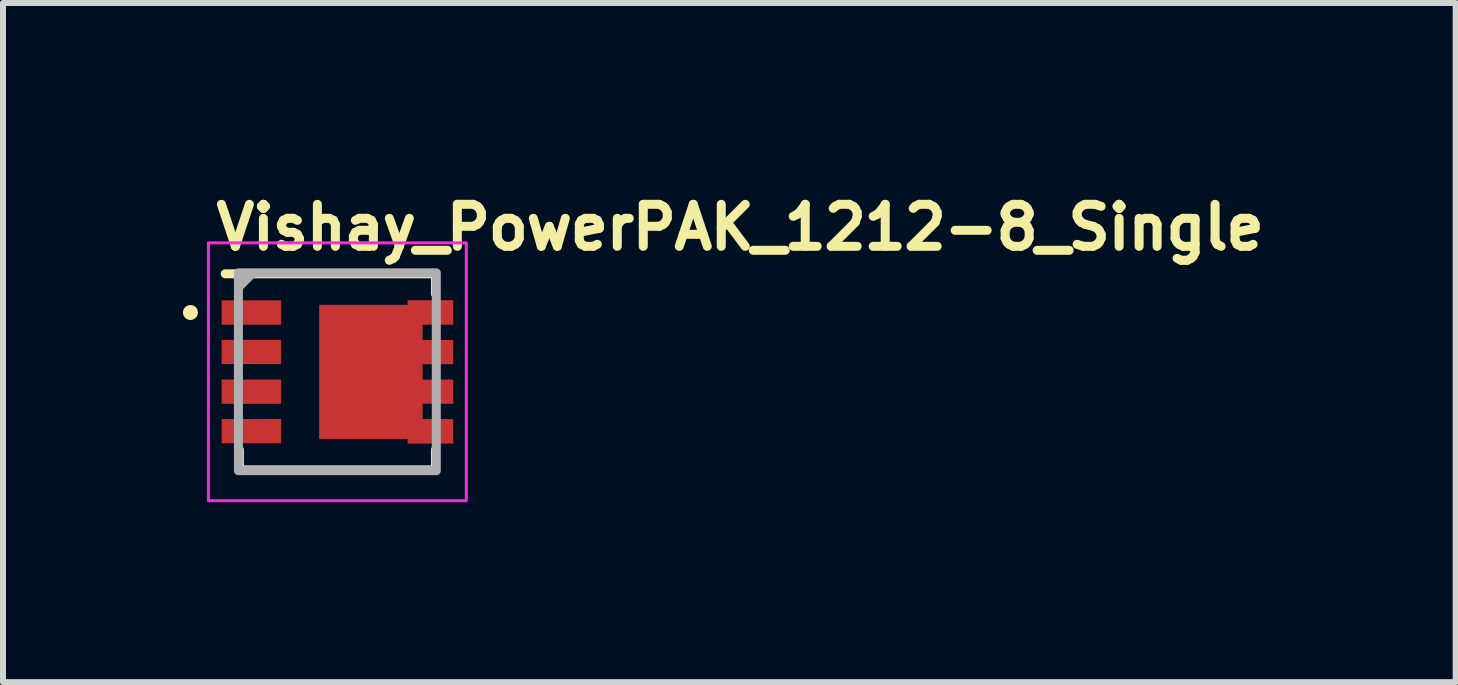
<source format=kicad_pcb>
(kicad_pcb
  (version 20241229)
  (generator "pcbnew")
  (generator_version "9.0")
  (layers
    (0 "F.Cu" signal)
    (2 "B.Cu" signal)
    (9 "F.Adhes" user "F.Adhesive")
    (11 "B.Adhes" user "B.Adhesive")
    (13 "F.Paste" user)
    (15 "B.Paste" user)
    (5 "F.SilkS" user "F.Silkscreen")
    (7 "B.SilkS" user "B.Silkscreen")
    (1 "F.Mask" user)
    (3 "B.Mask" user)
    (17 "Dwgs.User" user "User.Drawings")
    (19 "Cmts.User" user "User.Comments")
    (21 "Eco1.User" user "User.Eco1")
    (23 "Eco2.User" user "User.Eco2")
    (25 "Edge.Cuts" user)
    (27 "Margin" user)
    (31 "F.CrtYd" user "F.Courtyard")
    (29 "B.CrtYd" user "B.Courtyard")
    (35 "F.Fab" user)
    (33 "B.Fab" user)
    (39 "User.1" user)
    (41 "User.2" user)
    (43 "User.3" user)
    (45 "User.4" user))
  (footprint "Vishay_PowerPAK_1212-8_Single"
    (layer "F.Cu")
    (at 2.576 3.15)
    (property "Reference" "Vishay_PowerPAK_1212-8_Single" (at -2.1 -2 0) (layer "F.SilkS") (effects (font (size 0.7 0.7) (thickness 0.15)) (justify left bottom)))
    (attr smd)
    (fp_line (start -1.871 -1.635) (end 1.634 -1.635) (stroke (width 0.15) (type solid)) (layer "F.SilkS"))
    (fp_line (start -1.635 1.3) (end -1.635 1.634) (stroke (width 0.15) (type solid)) (layer "F.SilkS"))
    (fp_line (start -1.635 1.634) (end 1.634 1.634) (stroke (width 0.15) (type solid)) (layer "F.SilkS"))
    (fp_line (start 1.634 -1.635) (end 1.634 -1.301) (stroke (width 0.15) (type solid)) (layer "F.SilkS"))
    (fp_line (start 1.634 1.3) (end 1.634 1.634) (stroke (width 0.15) (type solid)) (layer "F.SilkS"))
    (fp_circle (center -2.451 -0.99) (end -2.401 -0.99) (stroke (width 0.15) (type solid)) (fill yes) (layer "F.SilkS"))
    (fp_rect (start -2.151 -2.151) (end 2.148 2.148) (stroke (width 0.05) (type solid)) (fill no) (layer "F.CrtYd"))
    (fp_line (start -1.643 -1.417) (end -1.417 -1.643) (stroke (width 0.15) (type solid)) (layer "F.Fab"))
    (fp_rect (start -1.651 -1.651) (end 1.648 1.648) (stroke (width 0.15) (type solid)) (fill no) (layer "F.Fab"))
    (fp_rect (start -1.651 -1.651) (end 1.648 1.648) (stroke (width 0.1) (type solid)) (fill no) (layer "User.5"))
    (fp_line (start -1.651 -1.125) (end -1.526 -1.125) (stroke (width 0.02) (type solid)) (layer "User.9"))
    (fp_line (start -1.651 -0.826) (end -1.651 -1.125) (stroke (width 0.02) (type solid)) (layer "User.9"))
    (fp_line (start -1.651 -0.476) (end -1.526 -0.476) (stroke (width 0.02) (type solid)) (layer "User.9"))
    (fp_line (start -1.651 -0.176) (end -1.651 -0.476) (stroke (width 0.02) (type solid)) (layer "User.9"))
    (fp_line (start -1.651 0.174) (end -1.526 0.174) (stroke (width 0.02) (type solid)) (layer "User.9"))
    (fp_line (start -1.651 0.474) (end -1.651 0.174) (stroke (width 0.02) (type solid)) (layer "User.9"))
    (fp_line (start -1.651 0.824) (end -1.526 0.824) (stroke (width 0.02) (type solid)) (layer "User.9"))
    (fp_line (start -1.651 1.124) (end -1.651 0.824) (stroke (width 0.02) (type solid)) (layer "User.9"))
    (fp_line (start -1.526 -1.486) (end -1.526 -1.484) (stroke (width 0.02) (type solid)) (layer "User.9"))
    (fp_line (start -1.526 -1.484) (end -1.526 -1.482) (stroke (width 0.02) (type solid)) (layer "User.9"))
    (fp_line (start -1.526 -1.482) (end -1.526 -1.478) (stroke (width 0.02) (type solid)) (layer "User.9"))
    (fp_line (start -1.526 -1.478) (end -1.526 -1.476) (stroke (width 0.02) (type solid)) (layer "User.9"))
    (fp_line (start -1.526 -1.476) (end -1.526 -1.125) (stroke (width 0.02) (type solid)) (layer "User.9"))
    (fp_line (start -1.526 -1.125) (end -1.526 -0.826) (stroke (width 0.02) (type solid)) (layer "User.9"))
    (fp_line (start -1.526 -0.826) (end -1.651 -0.826) (stroke (width 0.02) (type solid)) (layer "User.9"))
    (fp_line (start -1.526 -0.826) (end -1.526 -0.476) (stroke (width 0.02) (type solid)) (layer "User.9"))
    (fp_line (start -1.526 -0.476) (end -1.526 -0.176) (stroke (width 0.02) (type solid)) (layer "User.9"))
    (fp_line (start -1.526 -0.176) (end -1.651 -0.176) (stroke (width 0.02) (type solid)) (layer "User.9"))
    (fp_line (start -1.526 -0.176) (end -1.526 0.174) (stroke (width 0.02) (type solid)) (layer "User.9"))
    (fp_line (start -1.526 0.174) (end -1.526 0.474) (stroke (width 0.02) (type solid)) (layer "User.9"))
    (fp_line (start -1.526 0.474) (end -1.651 0.474) (stroke (width 0.02) (type solid)) (layer "User.9"))
    (fp_line (start -1.526 0.474) (end -1.526 0.824) (stroke (width 0.02) (type solid)) (layer "User.9"))
    (fp_line (start -1.526 0.824) (end -1.526 1.124) (stroke (width 0.02) (type solid)) (layer "User.9"))
    (fp_line (start -1.526 1.124) (end -1.651 1.124) (stroke (width 0.02) (type solid)) (layer "User.9"))
    (fp_line (start -1.526 1.124) (end -1.526 1.475) (stroke (width 0.02) (type solid)) (layer "User.9"))
    (fp_line (start -1.526 1.475) (end -1.526 1.477) (stroke (width 0.02) (type solid)) (layer "User.9"))
    (fp_line (start -1.526 1.475) (end -1.524 1.473) (stroke (width 0.02) (type solid)) (layer "User.9"))
    (fp_line (start -1.526 1.477) (end -1.526 1.479) (stroke (width 0.02) (type solid)) (layer "User.9"))
    (fp_line (start -1.526 1.479) (end -1.526 1.481) (stroke (width 0.02) (type solid)) (layer "User.9"))
    (fp_line (start -1.526 1.481) (end -1.526 1.485) (stroke (width 0.02) (type solid)) (layer "User.9"))
    (fp_line (start -1.526 1.485) (end -1.524 1.487) (stroke (width 0.02) (type solid)) (layer "User.9"))
    (fp_line (start -1.524 -1.494) (end -1.524 -1.49) (stroke (width 0.02) (type solid)) (layer "User.9"))
    (fp_line (start -1.524 -1.49) (end -1.524 -1.488) (stroke (width 0.02) (type solid)) (layer "User.9"))
    (fp_line (start -1.524 -1.488) (end -1.526 -1.486) (stroke (width 0.02) (type solid)) (layer "User.9"))
    (fp_line (start -1.524 -1.474) (end -1.526 -1.476) (stroke (width 0.02) (type solid)) (layer "User.9"))
    (fp_line (start -1.524 1.473) (end -1.522 1.469) (stroke (width 0.02) (type solid)) (layer "User.9"))
    (fp_line (start -1.524 1.487) (end -1.524 1.489) (stroke (width 0.02) (type solid)) (layer "User.9"))
    (fp_line (start -1.524 1.489) (end -1.524 1.491) (stroke (width 0.02) (type solid)) (layer "User.9"))
    (fp_line (start -1.524 1.491) (end -1.522 1.493) (stroke (width 0.02) (type solid)) (layer "User.9"))
    (fp_line (start -1.522 -1.498) (end -1.522 -1.496) (stroke (width 0.02) (type solid)) (layer "User.9"))
    (fp_line (start -1.522 -1.496) (end -1.524 -1.494) (stroke (width 0.02) (type solid)) (layer "User.9"))
    (fp_line (start -1.522 -1.472) (end -1.524 -1.474) (stroke (width 0.02) (type solid)) (layer "User.9"))
    (fp_line (start -1.522 1.469) (end -1.52 1.467) (stroke (width 0.02) (type solid)) (layer "User.9"))
    (fp_line (start -1.522 1.493) (end -1.522 1.495) (stroke (width 0.02) (type solid)) (layer "User.9"))
    (fp_line (start -1.522 1.495) (end -1.52 1.497) (stroke (width 0.02) (type solid)) (layer "User.9"))
    (fp_line (start -1.52 -1.5) (end -1.522 -1.498) (stroke (width 0.02) (type solid)) (layer "User.9"))
    (fp_line (start -1.52 -1.47) (end -1.522 -1.472) (stroke (width 0.02) (type solid)) (layer "User.9"))
    (fp_line (start -1.52 1.467) (end -1.518 1.465) (stroke (width 0.02) (type solid)) (layer "User.9"))
    (fp_line (start -1.52 1.497) (end -1.518 1.499) (stroke (width 0.02) (type solid)) (layer "User.9"))
    (fp_line (start -1.518 -1.504) (end -1.518 -1.502) (stroke (width 0.02) (type solid)) (layer "User.9"))
    (fp_line (start -1.518 -1.502) (end -1.52 -1.5) (stroke (width 0.02) (type solid)) (layer "User.9"))
    (fp_line (start -1.518 -1.466) (end -1.52 -1.47) (stroke (width 0.02) (type solid)) (layer "User.9"))
    (fp_line (start -1.518 1.465) (end -1.516 1.461) (stroke (width 0.02) (type solid)) (layer "User.9"))
    (fp_line (start -1.518 1.499) (end -1.518 1.501) (stroke (width 0.02) (type solid)) (layer "User.9"))
    (fp_line (start -1.518 1.501) (end -1.516 1.503) (stroke (width 0.02) (type solid)) (layer "User.9"))
    (fp_line (start -1.516 -1.506) (end -1.518 -1.504) (stroke (width 0.02) (type solid)) (layer "User.9"))
    (fp_line (start -1.516 -1.462) (end -1.518 -1.466) (stroke (width 0.02) (type solid)) (layer "User.9"))
    (fp_line (start -1.516 1.461) (end -1.514 1.457) (stroke (width 0.02) (type solid)) (layer "User.9"))
    (fp_line (start -1.516 1.503) (end -1.514 1.505) (stroke (width 0.02) (type solid)) (layer "User.9"))
    (fp_line (start -1.514 -1.508) (end -1.516 -1.506) (stroke (width 0.02) (type solid)) (layer "User.9"))
    (fp_line (start -1.514 -1.46) (end -1.516 -1.462) (stroke (width 0.02) (type solid)) (layer "User.9"))
    (fp_line (start -1.514 1.457) (end -1.512 1.455) (stroke (width 0.02) (type solid)) (layer "User.9"))
    (fp_line (start -1.514 1.505) (end -1.512 1.507) (stroke (width 0.02) (type solid)) (layer "User.9"))
    (fp_line (start -1.512 -1.512) (end -1.512 -1.51) (stroke (width 0.02) (type solid)) (layer "User.9"))
    (fp_line (start -1.512 -1.51) (end -1.514 -1.508) (stroke (width 0.02) (type solid)) (layer "User.9"))
    (fp_line (start -1.512 1.455) (end -1.51 1.451) (stroke (width 0.02) (type solid)) (layer "User.9"))
    (fp_line (start -1.512 1.507) (end -1.512 1.509) (stroke (width 0.02) (type solid)) (layer "User.9"))
    (fp_line (start -1.512 1.509) (end -1.51 1.511) (stroke (width 0.02) (type solid)) (layer "User.9"))
    (fp_line (start -1.51 -1.512) (end -1.512 -1.512) (stroke (width 0.02) (type solid)) (layer "User.9"))
    (fp_line (start -1.51 -1.452) (end -1.514 -1.46) (stroke (width 0.02) (type solid)) (layer "User.9"))
    (fp_line (start -1.51 1.451) (end -1.508 1.445) (stroke (width 0.02) (type solid)) (layer "User.9"))
    (fp_line (start -1.51 1.511) (end -1.508 1.513) (stroke (width 0.02) (type solid)) (layer "User.9"))
    (fp_line (start -1.508 -1.514) (end -1.51 -1.512) (stroke (width 0.02) (type solid)) (layer "User.9"))
    (fp_line (start -1.508 1.445) (end -1.506 1.441) (stroke (width 0.02) (type solid)) (layer "User.9"))
    (fp_line (start -1.508 1.513) (end -1.506 1.515) (stroke (width 0.02) (type solid)) (layer "User.9"))
    (fp_line (start -1.506 -1.516) (end -1.508 -1.514) (stroke (width 0.02) (type solid)) (layer "User.9"))
    (fp_line (start -1.506 -1.442) (end -1.51 -1.452) (stroke (width 0.02) (type solid)) (layer "User.9"))
    (fp_line (start -1.506 1.441) (end -1.504 1.437) (stroke (width 0.02) (type solid)) (layer "User.9"))
    (fp_line (start -1.506 1.515) (end -1.504 1.515) (stroke (width 0.02) (type solid)) (layer "User.9"))
    (fp_line (start -1.504 -1.518) (end -1.506 -1.516) (stroke (width 0.02) (type solid)) (layer "User.9"))
    (fp_line (start -1.504 1.437) (end -1.502 1.431) (stroke (width 0.02) (type solid)) (layer "User.9"))
    (fp_line (start -1.504 1.515) (end -1.502 1.517) (stroke (width 0.02) (type solid)) (layer "User.9"))
    (fp_line (start -1.502 -1.518) (end -1.504 -1.518) (stroke (width 0.02) (type solid)) (layer "User.9"))
    (fp_line (start -1.502 -1.434) (end -1.506 -1.442) (stroke (width 0.02) (type solid)) (layer "User.9"))
    (fp_line (start -1.502 1.431) (end -1.498 1.427) (stroke (width 0.02) (type solid)) (layer "User.9"))
    (fp_line (start -1.502 1.517) (end -1.5 1.519) (stroke (width 0.02) (type solid)) (layer "User.9"))
    (fp_line (start -1.5 -1.52) (end -1.502 -1.518) (stroke (width 0.02) (type solid)) (layer "User.9"))
    (fp_line (start -1.5 1.519) (end -1.498 1.519) (stroke (width 0.02) (type solid)) (layer "User.9"))
    (fp_line (start -1.498 -1.522) (end -1.5 -1.52) (stroke (width 0.02) (type solid)) (layer "User.9"))
    (fp_line (start -1.498 1.427) (end -1.496 1.421) (stroke (width 0.02) (type solid)) (layer "User.9"))
    (fp_line (start -1.498 1.519) (end -1.496 1.521) (stroke (width 0.02) (type solid)) (layer "User.9"))
    (fp_line (start -1.496 -1.522) (end -1.498 -1.522) (stroke (width 0.02) (type solid)) (layer "User.9"))
    (fp_line (start -1.496 -1.422) (end -1.502 -1.434) (stroke (width 0.02) (type solid)) (layer "User.9"))
    (fp_line (start -1.496 1.421) (end -1.494 1.415) (stroke (width 0.02) (type solid)) (layer "User.9"))
    (fp_line (start -1.496 1.521) (end -1.494 1.521) (stroke (width 0.02) (type solid)) (layer "User.9"))
    (fp_line (start -1.494 -1.524) (end -1.496 -1.522) (stroke (width 0.02) (type solid)) (layer "User.9"))
    (fp_line (start -1.494 1.415) (end -1.492 1.409) (stroke (width 0.02) (type solid)) (layer "User.9"))
    (fp_line (start -1.494 1.521) (end -1.49 1.521) (stroke (width 0.02) (type solid)) (layer "User.9"))
    (fp_line (start -1.492 -1.41) (end -1.496 -1.422) (stroke (width 0.02) (type solid)) (layer "User.9"))
    (fp_line (start -1.492 -1.41) (end -1.492 -1.41) (stroke (width 0.02) (type solid)) (layer "User.9"))
    (fp_line (start -1.492 1.409) (end -1.492 1.409) (stroke (width 0.02) (type solid)) (layer "User.9"))
    (fp_line (start -1.492 1.409) (end -1.484 1.388) (stroke (width 0.02) (type solid)) (layer "User.9"))
    (fp_line (start -1.49 -1.524) (end -1.494 -1.524) (stroke (width 0.02) (type solid)) (layer "User.9"))
    (fp_line (start -1.49 1.521) (end -1.488 1.523) (stroke (width 0.02) (type solid)) (layer "User.9"))
    (fp_line (start -1.488 -1.524) (end -1.49 -1.524) (stroke (width 0.02) (type solid)) (layer "User.9"))
    (fp_line (start -1.488 1.523) (end -1.486 1.523) (stroke (width 0.02) (type solid)) (layer "User.9"))
    (fp_line (start -1.486 -1.526) (end -1.488 -1.524) (stroke (width 0.02) (type solid)) (layer "User.9"))
    (fp_line (start -1.486 1.523) (end -1.484 1.523) (stroke (width 0.02) (type solid)) (layer "User.9"))
    (fp_line (start -1.484 -1.526) (end -1.486 -1.526) (stroke (width 0.02) (type solid)) (layer "User.9"))
    (fp_line (start -1.484 1.388) (end -1.476 1.364) (stroke (width 0.02) (type solid)) (layer "User.9"))
    (fp_line (start -1.484 1.523) (end -1.482 1.523) (stroke (width 0.02) (type solid)) (layer "User.9"))
    (fp_line (start -1.482 -1.526) (end -1.484 -1.526) (stroke (width 0.02) (type solid)) (layer "User.9"))
    (fp_line (start -1.482 -1.383) (end -1.492 -1.41) (stroke (width 0.02) (type solid)) (layer "User.9"))
    (fp_line (start -1.482 1.523) (end -1.478 1.523) (stroke (width 0.02) (type solid)) (layer "User.9"))
    (fp_line (start -1.478 -1.526) (end -1.482 -1.526) (stroke (width 0.02) (type solid)) (layer "User.9"))
    (fp_line (start -1.478 1.523) (end -1.476 1.523) (stroke (width 0.02) (type solid)) (layer "User.9"))
    (fp_line (start -1.476 -1.526) (end -1.478 -1.526) (stroke (width 0.02) (type solid)) (layer "User.9"))
    (fp_line (start -1.476 -1.526) (end -1.474 -1.524) (stroke (width 0.02) (type solid)) (layer "User.9"))
    (fp_line (start -1.476 1.364) (end -1.468 1.338) (stroke (width 0.02) (type solid)) (layer "User.9"))
    (fp_line (start -1.476 1.523) (end -0.315 1.523) (stroke (width 0.02) (type solid)) (layer "User.9"))
    (fp_line (start -1.474 -1.524) (end -1.472 -1.522) (stroke (width 0.02) (type solid)) (layer "User.9"))
    (fp_line (start -1.474 1.523) (end -1.476 1.523) (stroke (width 0.02) (type solid)) (layer "User.9"))
    (fp_line (start -1.472 -1.522) (end -1.47 -1.52) (stroke (width 0.02) (type solid)) (layer "User.9"))
    (fp_line (start -1.472 1.521) (end -1.474 1.523) (stroke (width 0.02) (type solid)) (layer "User.9"))
    (fp_line (start -1.47 -1.52) (end -1.466 -1.518) (stroke (width 0.02) (type solid)) (layer "User.9"))
    (fp_line (start -1.47 1.519) (end -1.472 1.521) (stroke (width 0.02) (type solid)) (layer "User.9"))
    (fp_line (start -1.468 1.338) (end -1.458 1.314) (stroke (width 0.02) (type solid)) (layer "User.9"))
    (fp_line (start -1.466 -1.518) (end -1.464 -1.516) (stroke (width 0.02) (type solid)) (layer "User.9"))
    (fp_line (start -1.466 1.517) (end -1.47 1.519) (stroke (width 0.02) (type solid)) (layer "User.9"))
    (fp_line (start -1.464 -1.516) (end -1.46 -1.514) (stroke (width 0.02) (type solid)) (layer "User.9"))
    (fp_line (start -1.462 1.515) (end -1.466 1.517) (stroke (width 0.02) (type solid)) (layer "User.9"))
    (fp_line (start -1.46 -1.514) (end -1.456 -1.512) (stroke (width 0.02) (type solid)) (layer "User.9"))
    (fp_line (start -1.46 1.513) (end -1.462 1.515) (stroke (width 0.02) (type solid)) (layer "User.9"))
    (fp_line (start -1.458 -1.315) (end -1.482 -1.383) (stroke (width 0.02) (type solid)) (layer "User.9"))
    (fp_line (start -1.458 1.314) (end -1.456 1.308) (stroke (width 0.02) (type solid)) (layer "User.9"))
    (fp_line (start -1.456 -1.512) (end -1.452 -1.51) (stroke (width 0.02) (type solid)) (layer "User.9"))
    (fp_line (start -1.456 -1.305) (end -1.458 -1.315) (stroke (width 0.02) (type solid)) (layer "User.9"))
    (fp_line (start -1.456 1.304) (end -1.452 1.292) (stroke (width 0.02) (type solid)) (layer "User.9"))
    (fp_line (start -1.456 1.308) (end -1.456 1.304) (stroke (width 0.02) (type solid)) (layer "User.9"))
    (fp_line (start -1.452 -1.51) (end -1.448 -1.508) (stroke (width 0.02) (type solid)) (layer "User.9"))
    (fp_line (start -1.452 -1.295) (end -1.456 -1.305) (stroke (width 0.02) (type solid)) (layer "User.9"))
    (fp_line (start -1.452 1.292) (end -1.45 1.28) (stroke (width 0.02) (type solid)) (layer "User.9"))
    (fp_line (start -1.452 1.507) (end -1.46 1.513) (stroke (width 0.02) (type solid)) (layer "User.9"))
    (fp_line (start -1.45 -1.283) (end -1.452 -1.295) (stroke (width 0.02) (type solid)) (layer "User.9"))
    (fp_line (start -1.45 1.28) (end -1.448 1.267) (stroke (width 0.02) (type solid)) (layer "User.9"))
    (fp_line (start -1.448 -1.508) (end -1.444 -1.506) (stroke (width 0.02) (type solid)) (layer "User.9"))
    (fp_line (start -1.448 -1.27) (end -1.45 -1.283) (stroke (width 0.02) (type solid)) (layer "User.9"))
    (fp_line (start -1.448 1.267) (end -1.444 1.253) (stroke (width 0.02) (type solid)) (layer "User.9"))
    (fp_line (start -1.444 -1.506) (end -1.438 -1.504) (stroke (width 0.02) (type solid)) (layer "User.9"))
    (fp_line (start -1.444 -1.256) (end -1.448 -1.27) (stroke (width 0.02) (type solid)) (layer "User.9"))
    (fp_line (start -1.444 1.253) (end -1.442 1.239) (stroke (width 0.02) (type solid)) (layer "User.9"))
    (fp_line (start -1.442 -1.24) (end -1.444 -1.256) (stroke (width 0.02) (type solid)) (layer "User.9"))
    (fp_line (start -1.442 1.239) (end -1.44 1.223) (stroke (width 0.02) (type solid)) (layer "User.9"))
    (fp_line (start -1.442 1.503) (end -1.452 1.507) (stroke (width 0.02) (type solid)) (layer "User.9"))
    (fp_line (start -1.44 -1.224) (end -1.442 -1.24) (stroke (width 0.02) (type solid)) (layer "User.9"))
    (fp_line (start -1.44 1.223) (end -1.438 1.205) (stroke (width 0.02) (type solid)) (layer "User.9"))
    (fp_line (start -1.438 -1.504) (end -1.434 -1.502) (stroke (width 0.02) (type solid)) (layer "User.9"))
    (fp_line (start -1.438 -1.212) (end -1.438 -1.208) (stroke (width 0.02) (type solid)) (layer "User.9"))
    (fp_line (start -1.438 -1.208) (end -1.44 -1.224) (stroke (width 0.02) (type solid)) (layer "User.9"))
    (fp_line (start -1.438 -1.208) (end -1.438 -1.19) (stroke (width 0.02) (type solid)) (layer "User.9"))
    (fp_line (start -1.438 -1.19) (end -1.436 -1.17) (stroke (width 0.02) (type solid)) (layer "User.9"))
    (fp_line (start -1.438 1.187) (end -1.438 1.205) (stroke (width 0.02) (type solid)) (layer "User.9"))
    (fp_line (start -1.438 1.205) (end -1.438 1.211) (stroke (width 0.02) (type solid)) (layer "User.9"))
    (fp_line (start -1.438 1.211) (end -1.436 1.215) (stroke (width 0.02) (type solid)) (layer "User.9"))
    (fp_line (start -1.436 -1.218) (end -1.438 -1.212) (stroke (width 0.02) (type solid)) (layer "User.9"))
    (fp_line (start -1.436 -1.17) (end -1.434 -1.151) (stroke (width 0.02) (type solid)) (layer "User.9"))
    (fp_line (start -1.436 1.169) (end -1.438 1.187) (stroke (width 0.02) (type solid)) (layer "User.9"))
    (fp_line (start -1.436 1.215) (end -1.434 1.221) (stroke (width 0.02) (type solid)) (layer "User.9"))
    (fp_line (start -1.434 -1.502) (end -1.428 -1.498) (stroke (width 0.02) (type solid)) (layer "User.9"))
    (fp_line (start -1.434 -1.222) (end -1.436 -1.218) (stroke (width 0.02) (type solid)) (layer "User.9"))
    (fp_line (start -1.434 -1.151) (end -1.434 -1.129) (stroke (width 0.02) (type solid)) (layer "User.9"))
    (fp_line (start -1.434 -1.129) (end -1.434 -1.107) (stroke (width 0.02) (type solid)) (layer "User.9"))
    (fp_line (start -1.434 -1.107) (end -1.432 -1.085) (stroke (width 0.02) (type solid)) (layer "User.9"))
    (fp_line (start -1.434 1.128) (end -1.434 1.148) (stroke (width 0.02) (type solid)) (layer "User.9"))
    (fp_line (start -1.434 1.148) (end -1.436 1.169) (stroke (width 0.02) (type solid)) (layer "User.9"))
    (fp_line (start -1.434 1.221) (end -1.432 1.225) (stroke (width 0.02) (type solid)) (layer "User.9"))
    (fp_line (start -1.434 1.499) (end -1.442 1.503) (stroke (width 0.02) (type solid)) (layer "User.9"))
    (fp_line (start -1.432 -1.228) (end -1.434 -1.222) (stroke (width 0.02) (type solid)) (layer "User.9"))
    (fp_line (start -1.432 -1.085) (end -1.432 -1.061) (stroke (width 0.02) (type solid)) (layer "User.9"))
    (fp_line (start -1.432 -1.061) (end -1.432 -1.035) (stroke (width 0.02) (type solid)) (layer "User.9"))
    (fp_line (start -1.432 1.032) (end -1.432 1.082) (stroke (width 0.02) (type solid)) (layer "User.9"))
    (fp_line (start -1.432 1.032) (end -1.365 1.032) (stroke (width 0.02) (type solid)) (layer "User.9"))
    (fp_line (start -1.432 1.082) (end -1.434 1.128) (stroke (width 0.02) (type solid)) (layer "User.9"))
    (fp_line (start -1.432 1.225) (end -1.428 1.231) (stroke (width 0.02) (type solid)) (layer "User.9"))
    (fp_line (start -1.428 -1.498) (end -1.422 -1.496) (stroke (width 0.02) (type solid)) (layer "User.9"))
    (fp_line (start -1.428 -1.232) (end -1.432 -1.228) (stroke (width 0.02) (type solid)) (layer "User.9"))
    (fp_line (start -1.428 1.231) (end -1.424 1.237) (stroke (width 0.02) (type solid)) (layer "User.9"))
    (fp_line (start -1.424 -1.238) (end -1.428 -1.232) (stroke (width 0.02) (type solid)) (layer "User.9"))
    (fp_line (start -1.424 1.237) (end -1.42 1.241) (stroke (width 0.02) (type solid)) (layer "User.9"))
    (fp_line (start -1.422 -1.496) (end -1.416 -1.494) (stroke (width 0.02) (type solid)) (layer "User.9"))
    (fp_line (start -1.422 1.495) (end -1.434 1.499) (stroke (width 0.02) (type solid)) (layer "User.9"))
    (fp_line (start -1.42 -1.244) (end -1.424 -1.238) (stroke (width 0.02) (type solid)) (layer "User.9"))
    (fp_line (start -1.42 1.241) (end -1.416 1.247) (stroke (width 0.02) (type solid)) (layer "User.9"))
    (fp_line (start -1.416 -1.494) (end -1.41 -1.492) (stroke (width 0.02) (type solid)) (layer "User.9"))
    (fp_line (start -1.416 -1.416) (end -1.321 -1.321) (stroke (width 0.02) (type solid)) (layer "User.9"))
    (fp_line (start -1.416 -1.25) (end -1.42 -1.244) (stroke (width 0.02) (type solid)) (layer "User.9"))
    (fp_line (start -1.416 1.247) (end -1.412 1.253) (stroke (width 0.02) (type solid)) (layer "User.9"))
    (fp_line (start -1.416 1.413) (end -1.321 1.32) (stroke (width 0.02) (type solid)) (layer "User.9"))
    (fp_line (start -1.412 -1.254) (end -1.416 -1.25) (stroke (width 0.02) (type solid)) (layer "User.9"))
    (fp_line (start -1.412 1.253) (end -1.407 1.259) (stroke (width 0.02) (type solid)) (layer "User.9"))
    (fp_line (start -1.41 -1.492) (end -1.41 -1.492) (stroke (width 0.02) (type solid)) (layer "User.9"))
    (fp_line (start -1.41 -1.492) (end -1.391 -1.484) (stroke (width 0.02) (type solid)) (layer "User.9"))
    (fp_line (start -1.41 1.489) (end -1.422 1.495) (stroke (width 0.02) (type solid)) (layer "User.9"))
    (fp_line (start -1.41 1.489) (end -1.41 1.489) (stroke (width 0.02) (type solid)) (layer "User.9"))
    (fp_line (start -1.407 -1.26) (end -1.412 -1.254) (stroke (width 0.02) (type solid)) (layer "User.9"))
    (fp_line (start -1.407 1.259) (end -1.401 1.265) (stroke (width 0.02) (type solid)) (layer "User.9"))
    (fp_line (start -1.401 -1.266) (end -1.407 -1.26) (stroke (width 0.02) (type solid)) (layer "User.9"))
    (fp_line (start -1.401 1.265) (end -1.397 1.269) (stroke (width 0.02) (type solid)) (layer "User.9"))
    (fp_line (start -1.397 -1.272) (end -1.401 -1.266) (stroke (width 0.02) (type solid)) (layer "User.9"))
    (fp_line (start -1.397 1.269) (end -1.391 1.275) (stroke (width 0.02) (type solid)) (layer "User.9"))
    (fp_line (start -1.391 -1.484) (end -1.367 -1.476) (stroke (width 0.02) (type solid)) (layer "User.9"))
    (fp_line (start -1.391 -1.276) (end -1.397 -1.272) (stroke (width 0.02) (type solid)) (layer "User.9"))
    (fp_line (start -1.391 1.275) (end -1.385 1.28) (stroke (width 0.02) (type solid)) (layer "User.9"))
    (fp_line (start -1.385 -1.283) (end -1.391 -1.276) (stroke (width 0.02) (type solid)) (layer "User.9"))
    (fp_line (start -1.385 1.28) (end -1.379 1.286) (stroke (width 0.02) (type solid)) (layer "User.9"))
    (fp_line (start -1.383 1.481) (end -1.41 1.489) (stroke (width 0.02) (type solid)) (layer "User.9"))
    (fp_line (start -1.379 -1.287) (end -1.385 -1.283) (stroke (width 0.02) (type solid)) (layer "User.9"))
    (fp_line (start -1.379 1.286) (end -1.373 1.29) (stroke (width 0.02) (type solid)) (layer "User.9"))
    (fp_line (start -1.373 -1.291) (end -1.379 -1.287) (stroke (width 0.02) (type solid)) (layer "User.9"))
    (fp_line (start -1.373 -1.291) (end -1.373 -1.291) (stroke (width 0.02) (type solid)) (layer "User.9"))
    (fp_line (start -1.373 1.29) (end -1.373 1.29) (stroke (width 0.02) (type solid)) (layer "User.9"))
    (fp_line (start -1.373 1.29) (end -1.367 1.294) (stroke (width 0.02) (type solid)) (layer "User.9"))
    (fp_line (start -1.367 -1.476) (end -1.341 -1.468) (stroke (width 0.02) (type solid)) (layer "User.9"))
    (fp_line (start -1.367 -1.297) (end -1.373 -1.291) (stroke (width 0.02) (type solid)) (layer "User.9"))
    (fp_line (start -1.367 1.294) (end -1.361 1.298) (stroke (width 0.02) (type solid)) (layer "User.9"))
    (fp_line (start -1.365 -1.065) (end -1.365 -1.035) (stroke (width 0.02) (type solid)) (layer "User.9"))
    (fp_line (start -1.365 -1.035) (end -1.432 -1.035) (stroke (width 0.02) (type solid)) (layer "User.9"))
    (fp_line (start -1.365 -1.035) (end -1.234 -1.035) (stroke (width 0.02) (type solid)) (layer "User.9"))
    (fp_line (start -1.365 1.032) (end -1.365 1.064) (stroke (width 0.02) (type solid)) (layer "User.9"))
    (fp_line (start -1.365 1.032) (end -1.234 1.032) (stroke (width 0.02) (type solid)) (layer "User.9"))
    (fp_line (start -1.365 1.064) (end -1.363 1.094) (stroke (width 0.02) (type solid)) (layer "User.9"))
    (fp_line (start -1.363 -1.097) (end -1.365 -1.065) (stroke (width 0.02) (type solid)) (layer "User.9"))
    (fp_line (start -1.363 1.094) (end -1.361 1.124) (stroke (width 0.02) (type solid)) (layer "User.9"))
    (fp_line (start -1.361 -1.301) (end -1.367 -1.297) (stroke (width 0.02) (type solid)) (layer "User.9"))
    (fp_line (start -1.361 -1.127) (end -1.363 -1.097) (stroke (width 0.02) (type solid)) (layer "User.9"))
    (fp_line (start -1.361 1.124) (end -1.359 1.153) (stroke (width 0.02) (type solid)) (layer "User.9"))
    (fp_line (start -1.361 1.298) (end -1.355 1.302) (stroke (width 0.02) (type solid)) (layer "User.9"))
    (fp_line (start -1.359 -1.156) (end -1.361 -1.127) (stroke (width 0.02) (type solid)) (layer "User.9"))
    (fp_line (start -1.359 1.153) (end -1.355 1.181) (stroke (width 0.02) (type solid)) (layer "User.9"))
    (fp_line (start -1.355 -1.305) (end -1.361 -1.301) (stroke (width 0.02) (type solid)) (layer "User.9"))
    (fp_line (start -1.355 -1.184) (end -1.359 -1.156) (stroke (width 0.02) (type solid)) (layer "User.9"))
    (fp_line (start -1.355 1.181) (end -1.351 1.207) (stroke (width 0.02) (type solid)) (layer "User.9"))
    (fp_line (start -1.355 1.302) (end -1.347 1.306) (stroke (width 0.02) (type solid)) (layer "User.9"))
    (fp_line (start -1.351 -1.21) (end -1.355 -1.184) (stroke (width 0.02) (type solid)) (layer "User.9"))
    (fp_line (start -1.351 1.207) (end -1.347 1.231) (stroke (width 0.02) (type solid)) (layer "User.9"))
    (fp_line (start -1.347 -1.307) (end -1.355 -1.305) (stroke (width 0.02) (type solid)) (layer "User.9"))
    (fp_line (start -1.347 -1.234) (end -1.351 -1.21) (stroke (width 0.02) (type solid)) (layer "User.9"))
    (fp_line (start -1.347 1.231) (end -1.343 1.253) (stroke (width 0.02) (type solid)) (layer "User.9"))
    (fp_line (start -1.347 1.306) (end -1.341 1.31) (stroke (width 0.02) (type solid)) (layer "User.9"))
    (fp_line (start -1.343 -1.256) (end -1.347 -1.234) (stroke (width 0.02) (type solid)) (layer "User.9"))
    (fp_line (start -1.343 -1.256) (end -1.343 -1.256) (stroke (width 0.02) (type solid)) (layer "User.9"))
    (fp_line (start -1.343 1.253) (end -1.343 1.253) (stroke (width 0.02) (type solid)) (layer "User.9"))
    (fp_line (start -1.343 1.253) (end -1.341 1.263) (stroke (width 0.02) (type solid)) (layer "User.9"))
    (fp_line (start -1.341 -1.468) (end -1.315 -1.458) (stroke (width 0.02) (type solid)) (layer "User.9"))
    (fp_line (start -1.341 -1.311) (end -1.347 -1.307) (stroke (width 0.02) (type solid)) (layer "User.9"))
    (fp_line (start -1.341 -1.264) (end -1.343 -1.256) (stroke (width 0.02) (type solid)) (layer "User.9"))
    (fp_line (start -1.341 1.263) (end -1.337 1.271) (stroke (width 0.02) (type solid)) (layer "User.9"))
    (fp_line (start -1.341 1.31) (end -1.335 1.312) (stroke (width 0.02) (type solid)) (layer "User.9"))
    (fp_line (start -1.337 -1.274) (end -1.341 -1.264) (stroke (width 0.02) (type solid)) (layer "User.9"))
    (fp_line (start -1.337 1.271) (end -1.335 1.28) (stroke (width 0.02) (type solid)) (layer "User.9"))
    (fp_line (start -1.335 -1.315) (end -1.341 -1.311) (stroke (width 0.02) (type solid)) (layer "User.9"))
    (fp_line (start -1.335 -1.283) (end -1.337 -1.274) (stroke (width 0.02) (type solid)) (layer "User.9"))
    (fp_line (start -1.335 1.28) (end -1.333 1.29) (stroke (width 0.02) (type solid)) (layer "User.9"))
    (fp_line (start -1.335 1.312) (end -1.327 1.316) (stroke (width 0.02) (type solid)) (layer "User.9"))
    (fp_line (start -1.333 -1.291) (end -1.335 -1.283) (stroke (width 0.02) (type solid)) (layer "User.9"))
    (fp_line (start -1.333 1.29) (end -1.329 1.298) (stroke (width 0.02) (type solid)) (layer "User.9"))
    (fp_line (start -1.329 -1.299) (end -1.333 -1.291) (stroke (width 0.02) (type solid)) (layer "User.9"))
    (fp_line (start -1.329 1.298) (end -1.327 1.304) (stroke (width 0.02) (type solid)) (layer "User.9"))
    (fp_line (start -1.327 -1.319) (end -1.335 -1.315) (stroke (width 0.02) (type solid)) (layer "User.9"))
    (fp_line (start -1.327 -1.307) (end -1.329 -1.299) (stroke (width 0.02) (type solid)) (layer "User.9"))
    (fp_line (start -1.327 1.304) (end -1.325 1.312) (stroke (width 0.02) (type solid)) (layer "User.9"))
    (fp_line (start -1.327 1.316) (end -1.321 1.32) (stroke (width 0.02) (type solid)) (layer "User.9"))
    (fp_line (start -1.325 -1.315) (end -1.327 -1.307) (stroke (width 0.02) (type solid)) (layer "User.9"))
    (fp_line (start -1.325 1.312) (end -1.321 1.32) (stroke (width 0.02) (type solid)) (layer "User.9"))
    (fp_line (start -1.321 -1.321) (end -1.327 -1.319) (stroke (width 0.02) (type solid)) (layer "User.9"))
    (fp_line (start -1.321 -1.321) (end -1.325 -1.315) (stroke (width 0.02) (type solid)) (layer "User.9"))
    (fp_line (start -1.321 -1.321) (end -1.285 -1.285) (stroke (width 0.02) (type solid)) (layer "User.9"))
    (fp_line (start -1.321 1.32) (end -1.319 1.326) (stroke (width 0.02) (type solid)) (layer "User.9"))
    (fp_line (start -1.321 1.32) (end -1.315 1.322) (stroke (width 0.02) (type solid)) (layer "User.9"))
    (fp_line (start -1.321 1.32) (end -1.285 1.282) (stroke (width 0.02) (type solid)) (layer "User.9"))
    (fp_line (start -1.319 -1.327) (end -1.321 -1.321) (stroke (width 0.02) (type solid)) (layer "User.9"))
    (fp_line (start -1.319 1.326) (end -1.315 1.332) (stroke (width 0.02) (type solid)) (layer "User.9"))
    (fp_line (start -1.315 -1.458) (end -1.311 -1.456) (stroke (width 0.02) (type solid)) (layer "User.9"))
    (fp_line (start -1.315 -1.335) (end -1.319 -1.327) (stroke (width 0.02) (type solid)) (layer "User.9"))
    (fp_line (start -1.315 -1.325) (end -1.321 -1.321) (stroke (width 0.02) (type solid)) (layer "User.9"))
    (fp_line (start -1.315 1.322) (end -1.307 1.324) (stroke (width 0.02) (type solid)) (layer "User.9"))
    (fp_line (start -1.315 1.332) (end -1.311 1.34) (stroke (width 0.02) (type solid)) (layer "User.9"))
    (fp_line (start -1.315 1.457) (end -1.383 1.481) (stroke (width 0.02) (type solid)) (layer "User.9"))
    (fp_line (start -1.311 -1.456) (end -1.305 -1.456) (stroke (width 0.02) (type solid)) (layer "User.9"))
    (fp_line (start -1.311 -1.341) (end -1.315 -1.335) (stroke (width 0.02) (type solid)) (layer "User.9"))
    (fp_line (start -1.311 1.34) (end -1.307 1.346) (stroke (width 0.02) (type solid)) (layer "User.9"))
    (fp_line (start -1.307 -1.347) (end -1.311 -1.341) (stroke (width 0.02) (type solid)) (layer "User.9"))
    (fp_line (start -1.307 -1.327) (end -1.315 -1.325) (stroke (width 0.02) (type solid)) (layer "User.9"))
    (fp_line (start -1.307 1.324) (end -1.299 1.328) (stroke (width 0.02) (type solid)) (layer "User.9"))
    (fp_line (start -1.307 1.346) (end -1.305 1.352) (stroke (width 0.02) (type solid)) (layer "User.9"))
    (fp_line (start -1.305 -1.456) (end -1.295 -1.452) (stroke (width 0.02) (type solid)) (layer "User.9"))
    (fp_line (start -1.305 -1.355) (end -1.307 -1.347) (stroke (width 0.02) (type solid)) (layer "User.9"))
    (fp_line (start -1.305 1.352) (end -1.301 1.358) (stroke (width 0.02) (type solid)) (layer "User.9"))
    (fp_line (start -1.305 1.453) (end -1.315 1.457) (stroke (width 0.02) (type solid)) (layer "User.9"))
    (fp_line (start -1.301 -1.361) (end -1.305 -1.355) (stroke (width 0.02) (type solid)) (layer "User.9"))
    (fp_line (start -1.301 1.358) (end -1.297 1.364) (stroke (width 0.02) (type solid)) (layer "User.9"))
    (fp_line (start -1.299 -1.329) (end -1.307 -1.327) (stroke (width 0.02) (type solid)) (layer "User.9"))
    (fp_line (start -1.299 1.328) (end -1.291 1.33) (stroke (width 0.02) (type solid)) (layer "User.9"))
    (fp_line (start -1.297 -1.367) (end -1.301 -1.361) (stroke (width 0.02) (type solid)) (layer "User.9"))
    (fp_line (start -1.297 1.364) (end -1.291 1.37) (stroke (width 0.02) (type solid)) (layer "User.9"))
    (fp_line (start -1.295 -1.452) (end -1.283 -1.45) (stroke (width 0.02) (type solid)) (layer "User.9"))
    (fp_line (start -1.295 1.451) (end -1.305 1.453) (stroke (width 0.02) (type solid)) (layer "User.9"))
    (fp_line (start -1.291 -1.373) (end -1.297 -1.367) (stroke (width 0.02) (type solid)) (layer "User.9"))
    (fp_line (start -1.291 -1.373) (end -1.291 -1.373) (stroke (width 0.02) (type solid)) (layer "User.9"))
    (fp_line (start -1.291 -1.333) (end -1.299 -1.329) (stroke (width 0.02) (type solid)) (layer "User.9"))
    (fp_line (start -1.291 1.33) (end -1.283 1.334) (stroke (width 0.02) (type solid)) (layer "User.9"))
    (fp_line (start -1.291 1.37) (end -1.291 1.37) (stroke (width 0.02) (type solid)) (layer "User.9"))
    (fp_line (start -1.291 1.37) (end -1.287 1.376) (stroke (width 0.02) (type solid)) (layer "User.9"))
    (fp_line (start -1.287 -1.379) (end -1.291 -1.373) (stroke (width 0.02) (type solid)) (layer "User.9"))
    (fp_line (start -1.287 1.376) (end -1.283 1.382) (stroke (width 0.02) (type solid)) (layer "User.9"))
    (fp_line (start -1.285 -1.285) (end -1.285 -1.285) (stroke (width 0.02) (type solid)) (layer "User.9"))
    (fp_line (start -1.285 -1.285) (end -1.176 -1.176) (stroke (width 0.02) (type solid)) (layer "User.9"))
    (fp_line (start -1.285 1.282) (end -1.285 1.282) (stroke (width 0.02) (type solid)) (layer "User.9"))
    (fp_line (start -1.285 1.282) (end -1.176 1.175) (stroke (width 0.02) (type solid)) (layer "User.9"))
    (fp_line (start -1.283 -1.45) (end -1.27 -1.448) (stroke (width 0.02) (type solid)) (layer "User.9"))
    (fp_line (start -1.283 -1.385) (end -1.287 -1.379) (stroke (width 0.02) (type solid)) (layer "User.9"))
    (fp_line (start -1.283 -1.335) (end -1.291 -1.333) (stroke (width 0.02) (type solid)) (layer "User.9"))
    (fp_line (start -1.283 1.334) (end -1.274 1.336) (stroke (width 0.02) (type solid)) (layer "User.9"))
    (fp_line (start -1.283 1.382) (end -1.276 1.388) (stroke (width 0.02) (type solid)) (layer "User.9"))
    (fp_line (start -1.283 1.447) (end -1.295 1.451) (stroke (width 0.02) (type solid)) (layer "User.9"))
    (fp_line (start -1.276 -1.391) (end -1.283 -1.385) (stroke (width 0.02) (type solid)) (layer "User.9"))
    (fp_line (start -1.276 1.388) (end -1.272 1.394) (stroke (width 0.02) (type solid)) (layer "User.9"))
    (fp_line (start -1.274 -1.337) (end -1.283 -1.335) (stroke (width 0.02) (type solid)) (layer "User.9"))
    (fp_line (start -1.274 1.336) (end -1.264 1.338) (stroke (width 0.02) (type solid)) (layer "User.9"))
    (fp_line (start -1.272 -1.397) (end -1.276 -1.391) (stroke (width 0.02) (type solid)) (layer "User.9"))
    (fp_line (start -1.272 1.394) (end -1.266 1.4) (stroke (width 0.02) (type solid)) (layer "User.9"))
    (fp_line (start -1.27 -1.448) (end -1.256 -1.444) (stroke (width 0.02) (type solid)) (layer "User.9"))
    (fp_line (start -1.27 1.445) (end -1.283 1.447) (stroke (width 0.02) (type solid)) (layer "User.9"))
    (fp_line (start -1.266 -1.401) (end -1.272 -1.397) (stroke (width 0.02) (type solid)) (layer "User.9"))
    (fp_line (start -1.266 1.4) (end -1.26 1.404) (stroke (width 0.02) (type solid)) (layer "User.9"))
    (fp_line (start -1.264 -1.341) (end -1.274 -1.337) (stroke (width 0.02) (type solid)) (layer "User.9"))
    (fp_line (start -1.264 1.338) (end -1.256 1.34) (stroke (width 0.02) (type solid)) (layer "User.9"))
    (fp_line (start -1.26 -1.407) (end -1.266 -1.401) (stroke (width 0.02) (type solid)) (layer "User.9"))
    (fp_line (start -1.26 1.404) (end -1.254 1.409) (stroke (width 0.02) (type solid)) (layer "User.9"))
    (fp_line (start -1.256 -1.444) (end -1.24 -1.442) (stroke (width 0.02) (type solid)) (layer "User.9"))
    (fp_line (start -1.256 -1.343) (end -1.264 -1.341) (stroke (width 0.02) (type solid)) (layer "User.9"))
    (fp_line (start -1.256 -1.343) (end -1.256 -1.343) (stroke (width 0.02) (type solid)) (layer "User.9"))
    (fp_line (start -1.256 1.34) (end -1.256 1.34) (stroke (width 0.02) (type solid)) (layer "User.9"))
    (fp_line (start -1.256 1.34) (end -1.234 1.346) (stroke (width 0.02) (type solid)) (layer "User.9"))
    (fp_line (start -1.256 1.443) (end -1.27 1.445) (stroke (width 0.02) (type solid)) (layer "User.9"))
    (fp_line (start -1.254 -1.412) (end -1.26 -1.407) (stroke (width 0.02) (type solid)) (layer "User.9"))
    (fp_line (start -1.254 1.409) (end -1.25 1.415) (stroke (width 0.02) (type solid)) (layer "User.9"))
    (fp_line (start -1.25 -1.416) (end -1.254 -1.412) (stroke (width 0.02) (type solid)) (layer "User.9"))
    (fp_line (start -1.25 1.415) (end -1.244 1.419) (stroke (width 0.02) (type solid)) (layer "User.9"))
    (fp_line (start -1.244 -1.42) (end -1.25 -1.416) (stroke (width 0.02) (type solid)) (layer "User.9"))
    (fp_line (start -1.244 1.419) (end -1.238 1.423) (stroke (width 0.02) (type solid)) (layer "User.9"))
    (fp_line (start -1.24 -1.442) (end -1.224 -1.44) (stroke (width 0.02) (type solid)) (layer "User.9"))
    (fp_line (start -1.24 1.441) (end -1.256 1.443) (stroke (width 0.02) (type solid)) (layer "User.9"))
    (fp_line (start -1.238 -1.424) (end -1.244 -1.42) (stroke (width 0.02) (type solid)) (layer "User.9"))
    (fp_line (start -1.238 1.423) (end -1.232 1.425) (stroke (width 0.02) (type solid)) (layer "User.9"))
    (fp_line (start -1.234 -1.347) (end -1.256 -1.343) (stroke (width 0.02) (type solid)) (layer "User.9"))
    (fp_line (start -1.234 -1.055) (end -1.232 -1.065) (stroke (width 0.02) (type solid)) (layer "User.9"))
    (fp_line (start -1.234 -1.045) (end -1.234 -1.055) (stroke (width 0.02) (type solid)) (layer "User.9"))
    (fp_line (start -1.234 -1.035) (end -1.234 -1.045) (stroke (width 0.02) (type solid)) (layer "User.9"))
    (fp_line (start -1.234 1.044) (end -1.234 1.032) (stroke (width 0.02) (type solid)) (layer "User.9"))
    (fp_line (start -1.234 1.054) (end -1.234 1.044) (stroke (width 0.02) (type solid)) (layer "User.9"))
    (fp_line (start -1.234 1.346) (end -1.21 1.35) (stroke (width 0.02) (type solid)) (layer "User.9"))
    (fp_line (start -1.232 -1.428) (end -1.238 -1.424) (stroke (width 0.02) (type solid)) (layer "User.9"))
    (fp_line (start -1.232 -1.065) (end -1.23 -1.075) (stroke (width 0.02) (type solid)) (layer "User.9"))
    (fp_line (start -1.232 1.062) (end -1.234 1.054) (stroke (width 0.02) (type solid)) (layer "User.9"))
    (fp_line (start -1.232 1.425) (end -1.228 1.429) (stroke (width 0.02) (type solid)) (layer "User.9"))
    (fp_line (start -1.23 -1.075) (end -1.228 -1.085) (stroke (width 0.02) (type solid)) (layer "User.9"))
    (fp_line (start -1.23 1.072) (end -1.232 1.062) (stroke (width 0.02) (type solid)) (layer "User.9"))
    (fp_line (start -1.228 -1.432) (end -1.232 -1.428) (stroke (width 0.02) (type solid)) (layer "User.9"))
    (fp_line (start -1.228 -1.085) (end -1.226 -1.093) (stroke (width 0.02) (type solid)) (layer "User.9"))
    (fp_line (start -1.228 1.082) (end -1.23 1.072) (stroke (width 0.02) (type solid)) (layer "User.9"))
    (fp_line (start -1.228 1.429) (end -1.222 1.431) (stroke (width 0.02) (type solid)) (layer "User.9"))
    (fp_line (start -1.226 -1.093) (end -1.224 -1.103) (stroke (width 0.02) (type solid)) (layer "User.9"))
    (fp_line (start -1.226 1.092) (end -1.228 1.082) (stroke (width 0.02) (type solid)) (layer "User.9"))
    (fp_line (start -1.224 -1.44) (end -1.208 -1.438) (stroke (width 0.02) (type solid)) (layer "User.9"))
    (fp_line (start -1.224 -1.103) (end -1.22 -1.111) (stroke (width 0.02) (type solid)) (layer "User.9"))
    (fp_line (start -1.224 1.1) (end -1.226 1.092) (stroke (width 0.02) (type solid)) (layer "User.9"))
    (fp_line (start -1.224 1.439) (end -1.24 1.441) (stroke (width 0.02) (type solid)) (layer "User.9"))
    (fp_line (start -1.222 -1.434) (end -1.228 -1.432) (stroke (width 0.02) (type solid)) (layer "User.9"))
    (fp_line (start -1.222 1.431) (end -1.218 1.433) (stroke (width 0.02) (type solid)) (layer "User.9"))
    (fp_line (start -1.22 -1.111) (end -1.216 -1.121) (stroke (width 0.02) (type solid)) (layer "User.9"))
    (fp_line (start -1.22 1.11) (end -1.224 1.1) (stroke (width 0.02) (type solid)) (layer "User.9"))
    (fp_line (start -1.218 -1.436) (end -1.222 -1.434) (stroke (width 0.02) (type solid)) (layer "User.9"))
    (fp_line (start -1.218 1.433) (end -1.212 1.435) (stroke (width 0.02) (type solid)) (layer "User.9"))
    (fp_line (start -1.216 -1.121) (end -1.212 -1.129) (stroke (width 0.02) (type solid)) (layer "User.9"))
    (fp_line (start -1.216 1.118) (end -1.22 1.11) (stroke (width 0.02) (type solid)) (layer "User.9"))
    (fp_line (start -1.212 -1.438) (end -1.218 -1.436) (stroke (width 0.02) (type solid)) (layer "User.9"))
    (fp_line (start -1.212 -1.129) (end -1.206 -1.137) (stroke (width 0.02) (type solid)) (layer "User.9"))
    (fp_line (start -1.212 1.126) (end -1.216 1.118) (stroke (width 0.02) (type solid)) (layer "User.9"))
    (fp_line (start -1.212 1.435) (end -1.208 1.437) (stroke (width 0.02) (type solid)) (layer "User.9"))
    (fp_line (start -1.21 -1.351) (end -1.234 -1.347) (stroke (width 0.02) (type solid)) (layer "User.9"))
    (fp_line (start -1.21 1.35) (end -1.184 1.354) (stroke (width 0.02) (type solid)) (layer "User.9"))
    (fp_line (start -1.208 -1.438) (end -1.212 -1.438) (stroke (width 0.02) (type solid)) (layer "User.9"))
    (fp_line (start -1.208 1.437) (end -1.224 1.439) (stroke (width 0.02) (type solid)) (layer "User.9"))
    (fp_line (start -1.208 1.437) (end -1.19 1.435) (stroke (width 0.02) (type solid)) (layer "User.9"))
    (fp_line (start -1.206 -1.137) (end -1.202 -1.145) (stroke (width 0.02) (type solid)) (layer "User.9"))
    (fp_line (start -1.206 1.136) (end -1.212 1.126) (stroke (width 0.02) (type solid)) (layer "User.9"))
    (fp_line (start -1.202 -1.145) (end -1.196 -1.154) (stroke (width 0.02) (type solid)) (layer "User.9"))
    (fp_line (start -1.202 1.144) (end -1.206 1.136) (stroke (width 0.02) (type solid)) (layer "User.9"))
    (fp_line (start -1.196 -1.154) (end -1.19 -1.162) (stroke (width 0.02) (type solid)) (layer "User.9"))
    (fp_line (start -1.196 1.152) (end -1.202 1.144) (stroke (width 0.02) (type solid)) (layer "User.9"))
    (fp_line (start -1.19 -1.438) (end -1.208 -1.438) (stroke (width 0.02) (type solid)) (layer "User.9"))
    (fp_line (start -1.19 -1.162) (end -1.184 -1.168) (stroke (width 0.02) (type solid)) (layer "User.9"))
    (fp_line (start -1.19 1.159) (end -1.196 1.152) (stroke (width 0.02) (type solid)) (layer "User.9"))
    (fp_line (start -1.19 1.435) (end -1.17 1.435) (stroke (width 0.02) (type solid)) (layer "User.9"))
    (fp_line (start -1.184 -1.355) (end -1.21 -1.351) (stroke (width 0.02) (type solid)) (layer "User.9"))
    (fp_line (start -1.184 -1.168) (end -1.176 -1.176) (stroke (width 0.02) (type solid)) (layer "User.9"))
    (fp_line (start -1.184 1.167) (end -1.19 1.159) (stroke (width 0.02) (type solid)) (layer "User.9"))
    (fp_line (start -1.184 1.354) (end -1.156 1.356) (stroke (width 0.02) (type solid)) (layer "User.9"))
    (fp_line (start -1.176 -1.176) (end -1.168 -1.184) (stroke (width 0.02) (type solid)) (layer "User.9"))
    (fp_line (start -1.176 1.175) (end -1.184 1.167) (stroke (width 0.02) (type solid)) (layer "User.9"))
    (fp_line (start -1.17 -1.436) (end -1.19 -1.438) (stroke (width 0.02) (type solid)) (layer "User.9"))
    (fp_line (start -1.17 1.435) (end -1.151 1.433) (stroke (width 0.02) (type solid)) (layer "User.9"))
    (fp_line (start -1.168 -1.184) (end -1.162 -1.19) (stroke (width 0.02) (type solid)) (layer "User.9"))
    (fp_line (start -1.168 1.181) (end -1.176 1.175) (stroke (width 0.02) (type solid)) (layer "User.9"))
    (fp_line (start -1.162 -1.19) (end -1.154 -1.196) (stroke (width 0.02) (type solid)) (layer "User.9"))
    (fp_line (start -1.162 1.187) (end -1.168 1.181) (stroke (width 0.02) (type solid)) (layer "User.9"))
    (fp_line (start -1.156 -1.359) (end -1.184 -1.355) (stroke (width 0.02) (type solid)) (layer "User.9"))
    (fp_line (start -1.156 1.356) (end -1.127 1.36) (stroke (width 0.02) (type solid)) (layer "User.9"))
    (fp_line (start -1.154 -1.196) (end -1.145 -1.202) (stroke (width 0.02) (type solid)) (layer "User.9"))
    (fp_line (start -1.154 1.193) (end -1.162 1.187) (stroke (width 0.02) (type solid)) (layer "User.9"))
    (fp_line (start -1.151 -1.434) (end -1.17 -1.436) (stroke (width 0.02) (type solid)) (layer "User.9"))
    (fp_line (start -1.151 1.433) (end -1.129 1.431) (stroke (width 0.02) (type solid)) (layer "User.9"))
    (fp_line (start -1.145 -1.202) (end -1.137 -1.206) (stroke (width 0.02) (type solid)) (layer "User.9"))
    (fp_line (start -1.145 1.199) (end -1.154 1.193) (stroke (width 0.02) (type solid)) (layer "User.9"))
    (fp_line (start -1.137 -1.206) (end -1.129 -1.212) (stroke (width 0.02) (type solid)) (layer "User.9"))
    (fp_line (start -1.137 1.205) (end -1.145 1.199) (stroke (width 0.02) (type solid)) (layer "User.9"))
    (fp_line (start -1.129 -1.434) (end -1.151 -1.434) (stroke (width 0.02) (type solid)) (layer "User.9"))
    (fp_line (start -1.129 -1.212) (end -1.121 -1.216) (stroke (width 0.02) (type solid)) (layer "User.9"))
    (fp_line (start -1.129 1.209) (end -1.137 1.205) (stroke (width 0.02) (type solid)) (layer "User.9"))
    (fp_line (start -1.129 1.431) (end -1.107 1.431) (stroke (width 0.02) (type solid)) (layer "User.9"))
    (fp_line (start -1.127 -1.361) (end -1.156 -1.359) (stroke (width 0.02) (type solid)) (layer "User.9"))
    (fp_line (start -1.127 1.36) (end -1.097 1.362) (stroke (width 0.02) (type solid)) (layer "User.9"))
    (fp_line (start -1.121 -1.216) (end -1.111 -1.22) (stroke (width 0.02) (type solid)) (layer "User.9"))
    (fp_line (start -1.121 1.213) (end -1.129 1.209) (stroke (width 0.02) (type solid)) (layer "User.9"))
    (fp_line (start -1.111 -1.22) (end -1.103 -1.224) (stroke (width 0.02) (type solid)) (layer "User.9"))
    (fp_line (start -1.111 1.217) (end -1.121 1.213) (stroke (width 0.02) (type solid)) (layer "User.9"))
    (fp_line (start -1.107 1.431) (end -1.085 1.431) (stroke (width 0.02) (type solid)) (layer "User.9"))
    (fp_line (start -1.103 -1.224) (end -1.093 -1.226) (stroke (width 0.02) (type solid)) (layer "User.9"))
    (fp_line (start -1.103 1.221) (end -1.111 1.217) (stroke (width 0.02) (type solid)) (layer "User.9"))
    (fp_line (start -1.097 -1.363) (end -1.127 -1.361) (stroke (width 0.02) (type solid)) (layer "User.9"))
    (fp_line (start -1.097 1.362) (end -1.065 1.362) (stroke (width 0.02) (type solid)) (layer "User.9"))
    (fp_line (start -1.093 -1.226) (end -1.085 -1.228) (stroke (width 0.02) (type solid)) (layer "User.9"))
    (fp_line (start -1.093 1.225) (end -1.103 1.221) (stroke (width 0.02) (type solid)) (layer "User.9"))
    (fp_line (start -1.085 -1.432) (end -1.129 -1.434) (stroke (width 0.02) (type solid)) (layer "User.9"))
    (fp_line (start -1.085 -1.228) (end -1.075 -1.23) (stroke (width 0.02) (type solid)) (layer "User.9"))
    (fp_line (start -1.085 1.227) (end -1.093 1.225) (stroke (width 0.02) (type solid)) (layer "User.9"))
    (fp_line (start -1.085 1.431) (end -1.061 1.431) (stroke (width 0.02) (type solid)) (layer "User.9"))
    (fp_line (start -1.075 -1.23) (end -1.065 -1.232) (stroke (width 0.02) (type solid)) (layer "User.9"))
    (fp_line (start -1.075 1.229) (end -1.085 1.227) (stroke (width 0.02) (type solid)) (layer "User.9"))
    (fp_line (start -1.065 -1.365) (end -1.097 -1.363) (stroke (width 0.02) (type solid)) (layer "User.9"))
    (fp_line (start -1.065 -1.232) (end -1.055 -1.234) (stroke (width 0.02) (type solid)) (layer "User.9"))
    (fp_line (start -1.065 1.231) (end -1.075 1.229) (stroke (width 0.02) (type solid)) (layer "User.9"))
    (fp_line (start -1.065 1.362) (end -1.035 1.362) (stroke (width 0.02) (type solid)) (layer "User.9"))
    (fp_line (start -1.061 1.431) (end -1.035 1.431) (stroke (width 0.02) (type solid)) (layer "User.9"))
    (fp_line (start -1.055 -1.234) (end -1.045 -1.234) (stroke (width 0.02) (type solid)) (layer "User.9"))
    (fp_line (start -1.055 1.231) (end -1.065 1.231) (stroke (width 0.02) (type solid)) (layer "User.9"))
    (fp_line (start -1.045 -1.234) (end -1.035 -1.234) (stroke (width 0.02) (type solid)) (layer "User.9"))
    (fp_line (start -1.045 1.233) (end -1.055 1.231) (stroke (width 0.02) (type solid)) (layer "User.9"))
    (fp_line (start -1.035 -1.432) (end -1.085 -1.432) (stroke (width 0.02) (type solid)) (layer "User.9"))
    (fp_line (start -1.035 -1.432) (end -1.035 -1.365) (stroke (width 0.02) (type solid)) (layer "User.9"))
    (fp_line (start -1.035 -1.365) (end -1.065 -1.365) (stroke (width 0.02) (type solid)) (layer "User.9"))
    (fp_line (start -1.035 -1.365) (end -1.035 -1.234) (stroke (width 0.02) (type solid)) (layer "User.9"))
    (fp_line (start -1.035 1.233) (end -1.045 1.233) (stroke (width 0.02) (type solid)) (layer "User.9"))
    (fp_line (start -1.035 1.362) (end -1.035 1.233) (stroke (width 0.02) (type solid)) (layer "User.9"))
    (fp_line (start -1.035 1.362) (end -1.035 1.431) (stroke (width 0.02) (type solid)) (layer "User.9"))
    (fp_line (start -0.315 -1.651) (end -0.067 -1.651) (stroke (width 0.02) (type solid)) (layer "User.9"))
    (fp_line (start -0.315 -1.526) (end -1.476 -1.526) (stroke (width 0.02) (type solid)) (layer "User.9"))
    (fp_line (start -0.315 -1.526) (end -0.315 -1.651) (stroke (width 0.02) (type solid)) (layer "User.9"))
    (fp_line (start -0.315 -1.526) (end -0.067 -1.526) (stroke (width 0.02) (type solid)) (layer "User.9"))
    (fp_line (start -0.315 1.648) (end -0.315 1.523) (stroke (width 0.02) (type solid)) (layer "User.9"))
    (fp_line (start -0.067 -1.651) (end -0.067 -1.526) (stroke (width 0.02) (type solid)) (layer "User.9"))
    (fp_line (start -0.067 1.523) (end -0.067 1.648) (stroke (width 0.02) (type solid)) (layer "User.9"))
    (fp_line (start -0.067 1.648) (end -0.315 1.648) (stroke (width 0.02) (type solid)) (layer "User.9"))
    (fp_line (start -0.066 1.523) (end -0.315 1.523) (stroke (width 0.02) (type solid)) (layer "User.9"))
    (fp_line (start -0.066 1.523) (end 1.475 1.523) (stroke (width 0.02) (type solid)) (layer "User.9"))
    (fp_line (start 1.032 -1.365) (end 1.032 -1.432) (stroke (width 0.02) (type solid)) (layer "User.9"))
    (fp_line (start 1.032 -1.365) (end 1.032 -1.234) (stroke (width 0.02) (type solid)) (layer "User.9"))
    (fp_line (start 1.032 -1.234) (end 1.044 -1.234) (stroke (width 0.02) (type solid)) (layer "User.9"))
    (fp_line (start 1.032 1.233) (end 1.032 1.362) (stroke (width 0.02) (type solid)) (layer "User.9"))
    (fp_line (start 1.032 1.362) (end 1.064 1.362) (stroke (width 0.02) (type solid)) (layer "User.9"))
    (fp_line (start 1.032 1.431) (end 1.032 1.362) (stroke (width 0.02) (type solid)) (layer "User.9"))
    (fp_line (start 1.032 1.431) (end 1.082 1.431) (stroke (width 0.02) (type solid)) (layer "User.9"))
    (fp_line (start 1.044 -1.234) (end 1.054 -1.234) (stroke (width 0.02) (type solid)) (layer "User.9"))
    (fp_line (start 1.044 1.233) (end 1.032 1.233) (stroke (width 0.02) (type solid)) (layer "User.9"))
    (fp_line (start 1.054 -1.234) (end 1.062 -1.232) (stroke (width 0.02) (type solid)) (layer "User.9"))
    (fp_line (start 1.054 1.231) (end 1.044 1.233) (stroke (width 0.02) (type solid)) (layer "User.9"))
    (fp_line (start 1.058 -1.432) (end 1.032 -1.432) (stroke (width 0.02) (type solid)) (layer "User.9"))
    (fp_line (start 1.062 -1.232) (end 1.072 -1.23) (stroke (width 0.02) (type solid)) (layer "User.9"))
    (fp_line (start 1.062 1.231) (end 1.054 1.231) (stroke (width 0.02) (type solid)) (layer "User.9"))
    (fp_line (start 1.064 -1.365) (end 1.032 -1.365) (stroke (width 0.02) (type solid)) (layer "User.9"))
    (fp_line (start 1.064 1.362) (end 1.094 1.362) (stroke (width 0.02) (type solid)) (layer "User.9"))
    (fp_line (start 1.072 -1.23) (end 1.082 -1.228) (stroke (width 0.02) (type solid)) (layer "User.9"))
    (fp_line (start 1.072 1.229) (end 1.062 1.231) (stroke (width 0.02) (type solid)) (layer "User.9"))
    (fp_line (start 1.082 -1.432) (end 1.058 -1.432) (stroke (width 0.02) (type solid)) (layer "User.9"))
    (fp_line (start 1.082 -1.228) (end 1.092 -1.226) (stroke (width 0.02) (type solid)) (layer "User.9"))
    (fp_line (start 1.082 1.227) (end 1.072 1.229) (stroke (width 0.02) (type solid)) (layer "User.9"))
    (fp_line (start 1.082 1.431) (end 1.128 1.431) (stroke (width 0.02) (type solid)) (layer "User.9"))
    (fp_line (start 1.092 -1.226) (end 1.1 -1.224) (stroke (width 0.02) (type solid)) (layer "User.9"))
    (fp_line (start 1.092 1.225) (end 1.082 1.227) (stroke (width 0.02) (type solid)) (layer "User.9"))
    (fp_line (start 1.094 -1.363) (end 1.064 -1.365) (stroke (width 0.02) (type solid)) (layer "User.9"))
    (fp_line (start 1.094 1.362) (end 1.124 1.36) (stroke (width 0.02) (type solid)) (layer "User.9"))
    (fp_line (start 1.1 -1.224) (end 1.11 -1.22) (stroke (width 0.02) (type solid)) (layer "User.9"))
    (fp_line (start 1.1 1.221) (end 1.092 1.225) (stroke (width 0.02) (type solid)) (layer "User.9"))
    (fp_line (start 1.106 -1.434) (end 1.082 -1.432) (stroke (width 0.02) (type solid)) (layer "User.9"))
    (fp_line (start 1.11 -1.22) (end 1.118 -1.216) (stroke (width 0.02) (type solid)) (layer "User.9"))
    (fp_line (start 1.11 1.217) (end 1.1 1.221) (stroke (width 0.02) (type solid)) (layer "User.9"))
    (fp_line (start 1.118 -1.216) (end 1.126 -1.212) (stroke (width 0.02) (type solid)) (layer "User.9"))
    (fp_line (start 1.118 1.213) (end 1.11 1.217) (stroke (width 0.02) (type solid)) (layer "User.9"))
    (fp_line (start 1.124 -1.361) (end 1.094 -1.363) (stroke (width 0.02) (type solid)) (layer "User.9"))
    (fp_line (start 1.124 1.36) (end 1.153 1.356) (stroke (width 0.02) (type solid)) (layer "User.9"))
    (fp_line (start 1.126 -1.212) (end 1.136 -1.206) (stroke (width 0.02) (type solid)) (layer "User.9"))
    (fp_line (start 1.126 1.209) (end 1.118 1.213) (stroke (width 0.02) (type solid)) (layer "User.9"))
    (fp_line (start 1.128 -1.434) (end 1.106 -1.434) (stroke (width 0.02) (type solid)) (layer "User.9"))
    (fp_line (start 1.128 1.431) (end 1.148 1.433) (stroke (width 0.02) (type solid)) (layer "User.9"))
    (fp_line (start 1.136 -1.206) (end 1.144 -1.202) (stroke (width 0.02) (type solid)) (layer "User.9"))
    (fp_line (start 1.136 1.205) (end 1.126 1.209) (stroke (width 0.02) (type solid)) (layer "User.9"))
    (fp_line (start 1.144 -1.202) (end 1.152 -1.196) (stroke (width 0.02) (type solid)) (layer "User.9"))
    (fp_line (start 1.144 1.199) (end 1.136 1.205) (stroke (width 0.02) (type solid)) (layer "User.9"))
    (fp_line (start 1.148 -1.434) (end 1.128 -1.434) (stroke (width 0.02) (type solid)) (layer "User.9"))
    (fp_line (start 1.148 1.433) (end 1.169 1.435) (stroke (width 0.02) (type solid)) (layer "User.9"))
    (fp_line (start 1.152 -1.196) (end 1.159 -1.19) (stroke (width 0.02) (type solid)) (layer "User.9"))
    (fp_line (start 1.152 1.193) (end 1.144 1.199) (stroke (width 0.02) (type solid)) (layer "User.9"))
    (fp_line (start 1.153 -1.359) (end 1.124 -1.361) (stroke (width 0.02) (type solid)) (layer "User.9"))
    (fp_line (start 1.153 1.356) (end 1.181 1.354) (stroke (width 0.02) (type solid)) (layer "User.9"))
    (fp_line (start 1.159 -1.19) (end 1.167 -1.184) (stroke (width 0.02) (type solid)) (layer "User.9"))
    (fp_line (start 1.159 1.187) (end 1.152 1.193) (stroke (width 0.02) (type solid)) (layer "User.9"))
    (fp_line (start 1.167 -1.184) (end 1.175 -1.176) (stroke (width 0.02) (type solid)) (layer "User.9"))
    (fp_line (start 1.167 1.181) (end 1.159 1.187) (stroke (width 0.02) (type solid)) (layer "User.9"))
    (fp_line (start 1.169 -1.436) (end 1.148 -1.434) (stroke (width 0.02) (type solid)) (layer "User.9"))
    (fp_line (start 1.169 1.435) (end 1.187 1.435) (stroke (width 0.02) (type solid)) (layer "User.9"))
    (fp_line (start 1.175 -1.176) (end 1.181 -1.168) (stroke (width 0.02) (type solid)) (layer "User.9"))
    (fp_line (start 1.175 1.175) (end 1.167 1.181) (stroke (width 0.02) (type solid)) (layer "User.9"))
    (fp_line (start 1.181 -1.355) (end 1.153 -1.359) (stroke (width 0.02) (type solid)) (layer "User.9"))
    (fp_line (start 1.181 -1.168) (end 1.187 -1.162) (stroke (width 0.02) (type solid)) (layer "User.9"))
    (fp_line (start 1.181 1.167) (end 1.175 1.175) (stroke (width 0.02) (type solid)) (layer "User.9"))
    (fp_line (start 1.181 1.354) (end 1.207 1.35) (stroke (width 0.02) (type solid)) (layer "User.9"))
    (fp_line (start 1.187 -1.438) (end 1.169 -1.436) (stroke (width 0.02) (type solid)) (layer "User.9"))
    (fp_line (start 1.187 -1.162) (end 1.193 -1.154) (stroke (width 0.02) (type solid)) (layer "User.9"))
    (fp_line (start 1.187 1.159) (end 1.181 1.167) (stroke (width 0.02) (type solid)) (layer "User.9"))
    (fp_line (start 1.187 1.435) (end 1.205 1.437) (stroke (width 0.02) (type solid)) (layer "User.9"))
    (fp_line (start 1.193 -1.154) (end 1.199 -1.145) (stroke (width 0.02) (type solid)) (layer "User.9"))
    (fp_line (start 1.193 1.152) (end 1.187 1.159) (stroke (width 0.02) (type solid)) (layer "User.9"))
    (fp_line (start 1.199 -1.145) (end 1.205 -1.137) (stroke (width 0.02) (type solid)) (layer "User.9"))
    (fp_line (start 1.199 1.144) (end 1.193 1.152) (stroke (width 0.02) (type solid)) (layer "User.9"))
    (fp_line (start 1.205 -1.438) (end 1.187 -1.438) (stroke (width 0.02) (type solid)) (layer "User.9"))
    (fp_line (start 1.205 -1.438) (end 1.223 -1.44) (stroke (width 0.02) (type solid)) (layer "User.9"))
    (fp_line (start 1.205 -1.137) (end 1.209 -1.129) (stroke (width 0.02) (type solid)) (layer "User.9"))
    (fp_line (start 1.205 1.136) (end 1.199 1.144) (stroke (width 0.02) (type solid)) (layer "User.9"))
    (fp_line (start 1.205 1.437) (end 1.211 1.435) (stroke (width 0.02) (type solid)) (layer "User.9"))
    (fp_line (start 1.207 -1.351) (end 1.181 -1.355) (stroke (width 0.02) (type solid)) (layer "User.9"))
    (fp_line (start 1.207 1.35) (end 1.231 1.346) (stroke (width 0.02) (type solid)) (layer "User.9"))
    (fp_line (start 1.209 -1.129) (end 1.213 -1.121) (stroke (width 0.02) (type solid)) (layer "User.9"))
    (fp_line (start 1.209 1.126) (end 1.205 1.136) (stroke (width 0.02) (type solid)) (layer "User.9"))
    (fp_line (start 1.211 -1.438) (end 1.205 -1.438) (stroke (width 0.02) (type solid)) (layer "User.9"))
    (fp_line (start 1.211 1.435) (end 1.215 1.433) (stroke (width 0.02) (type solid)) (layer "User.9"))
    (fp_line (start 1.213 -1.121) (end 1.217 -1.111) (stroke (width 0.02) (type solid)) (layer "User.9"))
    (fp_line (start 1.213 1.118) (end 1.209 1.126) (stroke (width 0.02) (type solid)) (layer "User.9"))
    (fp_line (start 1.215 -1.436) (end 1.211 -1.438) (stroke (width 0.02) (type solid)) (layer "User.9"))
    (fp_line (start 1.215 1.433) (end 1.221 1.431) (stroke (width 0.02) (type solid)) (layer "User.9"))
    (fp_line (start 1.217 -1.111) (end 1.221 -1.103) (stroke (width 0.02) (type solid)) (layer "User.9"))
    (fp_line (start 1.217 1.11) (end 1.213 1.118) (stroke (width 0.02) (type solid)) (layer "User.9"))
    (fp_line (start 1.221 -1.434) (end 1.215 -1.436) (stroke (width 0.02) (type solid)) (layer "User.9"))
    (fp_line (start 1.221 -1.103) (end 1.225 -1.093) (stroke (width 0.02) (type solid)) (layer "User.9"))
    (fp_line (start 1.221 1.1) (end 1.217 1.11) (stroke (width 0.02) (type solid)) (layer "User.9"))
    (fp_line (start 1.221 1.431) (end 1.225 1.429) (stroke (width 0.02) (type solid)) (layer "User.9"))
    (fp_line (start 1.223 -1.44) (end 1.239 -1.442) (stroke (width 0.02) (type solid)) (layer "User.9"))
    (fp_line (start 1.223 1.439) (end 1.205 1.437) (stroke (width 0.02) (type solid)) (layer "User.9"))
    (fp_line (start 1.225 -1.432) (end 1.221 -1.434) (stroke (width 0.02) (type solid)) (layer "User.9"))
    (fp_line (start 1.225 -1.093) (end 1.227 -1.085) (stroke (width 0.02) (type solid)) (layer "User.9"))
    (fp_line (start 1.225 1.092) (end 1.221 1.1) (stroke (width 0.02) (type solid)) (layer "User.9"))
    (fp_line (start 1.225 1.429) (end 1.231 1.425) (stroke (width 0.02) (type solid)) (layer "User.9"))
    (fp_line (start 1.227 -1.085) (end 1.229 -1.075) (stroke (width 0.02) (type solid)) (layer "User.9"))
    (fp_line (start 1.227 1.082) (end 1.225 1.092) (stroke (width 0.02) (type solid)) (layer "User.9"))
    (fp_line (start 1.229 -1.075) (end 1.231 -1.065) (stroke (width 0.02) (type solid)) (layer "User.9"))
    (fp_line (start 1.229 1.072) (end 1.227 1.082) (stroke (width 0.02) (type solid)) (layer "User.9"))
    (fp_line (start 1.231 -1.428) (end 1.225 -1.432) (stroke (width 0.02) (type solid)) (layer "User.9"))
    (fp_line (start 1.231 -1.347) (end 1.207 -1.351) (stroke (width 0.02) (type solid)) (layer "User.9"))
    (fp_line (start 1.231 -1.065) (end 1.231 -1.055) (stroke (width 0.02) (type solid)) (layer "User.9"))
    (fp_line (start 1.231 -1.055) (end 1.233 -1.045) (stroke (width 0.02) (type solid)) (layer "User.9"))
    (fp_line (start 1.231 1.054) (end 1.231 1.062) (stroke (width 0.02) (type solid)) (layer "User.9"))
    (fp_line (start 1.231 1.062) (end 1.229 1.072) (stroke (width 0.02) (type solid)) (layer "User.9"))
    (fp_line (start 1.231 1.346) (end 1.253 1.34) (stroke (width 0.02) (type solid)) (layer "User.9"))
    (fp_line (start 1.231 1.425) (end 1.237 1.423) (stroke (width 0.02) (type solid)) (layer "User.9"))
    (fp_line (start 1.233 -1.045) (end 1.233 -1.035) (stroke (width 0.02) (type solid)) (layer "User.9"))
    (fp_line (start 1.233 1.032) (end 1.233 1.044) (stroke (width 0.02) (type solid)) (layer "User.9"))
    (fp_line (start 1.233 1.044) (end 1.231 1.054) (stroke (width 0.02) (type solid)) (layer "User.9"))
    (fp_line (start 1.237 -1.424) (end 1.231 -1.428) (stroke (width 0.02) (type solid)) (layer "User.9"))
    (fp_line (start 1.237 1.423) (end 1.241 1.419) (stroke (width 0.02) (type solid)) (layer "User.9"))
    (fp_line (start 1.239 -1.442) (end 1.253 -1.444) (stroke (width 0.02) (type solid)) (layer "User.9"))
    (fp_line (start 1.239 1.441) (end 1.223 1.439) (stroke (width 0.02) (type solid)) (layer "User.9"))
    (fp_line (start 1.241 -1.42) (end 1.237 -1.424) (stroke (width 0.02) (type solid)) (layer "User.9"))
    (fp_line (start 1.241 1.419) (end 1.247 1.415) (stroke (width 0.02) (type solid)) (layer "User.9"))
    (fp_line (start 1.247 -1.416) (end 1.241 -1.42) (stroke (width 0.02) (type solid)) (layer "User.9"))
    (fp_line (start 1.247 1.415) (end 1.253 1.409) (stroke (width 0.02) (type solid)) (layer "User.9"))
    (fp_line (start 1.253 -1.444) (end 1.267 -1.448) (stroke (width 0.02) (type solid)) (layer "User.9"))
    (fp_line (start 1.253 -1.412) (end 1.247 -1.416) (stroke (width 0.02) (type solid)) (layer "User.9"))
    (fp_line (start 1.253 -1.343) (end 1.231 -1.347) (stroke (width 0.02) (type solid)) (layer "User.9"))
    (fp_line (start 1.253 -1.343) (end 1.253 -1.343) (stroke (width 0.02) (type solid)) (layer "User.9"))
    (fp_line (start 1.253 1.34) (end 1.253 1.34) (stroke (width 0.02) (type solid)) (layer "User.9"))
    (fp_line (start 1.253 1.34) (end 1.263 1.338) (stroke (width 0.02) (type solid)) (layer "User.9"))
    (fp_line (start 1.253 1.409) (end 1.259 1.404) (stroke (width 0.02) (type solid)) (layer "User.9"))
    (fp_line (start 1.253 1.443) (end 1.239 1.441) (stroke (width 0.02) (type solid)) (layer "User.9"))
    (fp_line (start 1.259 -1.407) (end 1.253 -1.412) (stroke (width 0.02) (type solid)) (layer "User.9"))
    (fp_line (start 1.259 1.404) (end 1.265 1.4) (stroke (width 0.02) (type solid)) (layer "User.9"))
    (fp_line (start 1.263 -1.341) (end 1.253 -1.343) (stroke (width 0.02) (type solid)) (layer "User.9"))
    (fp_line (start 1.263 1.338) (end 1.271 1.336) (stroke (width 0.02) (type solid)) (layer "User.9"))
    (fp_line (start 1.265 -1.401) (end 1.259 -1.407) (stroke (width 0.02) (type solid)) (layer "User.9"))
    (fp_line (start 1.265 1.4) (end 1.269 1.394) (stroke (width 0.02) (type solid)) (layer "User.9"))
    (fp_line (start 1.267 -1.448) (end 1.28 -1.45) (stroke (width 0.02) (type solid)) (layer "User.9"))
    (fp_line (start 1.267 1.445) (end 1.253 1.443) (stroke (width 0.02) (type solid)) (layer "User.9"))
    (fp_line (start 1.269 -1.397) (end 1.265 -1.401) (stroke (width 0.02) (type solid)) (layer "User.9"))
    (fp_line (start 1.269 1.394) (end 1.275 1.388) (stroke (width 0.02) (type solid)) (layer "User.9"))
    (fp_line (start 1.271 -1.337) (end 1.263 -1.341) (stroke (width 0.02) (type solid)) (layer "User.9"))
    (fp_line (start 1.271 1.336) (end 1.28 1.334) (stroke (width 0.02) (type solid)) (layer "User.9"))
    (fp_line (start 1.275 -1.391) (end 1.269 -1.397) (stroke (width 0.02) (type solid)) (layer "User.9"))
    (fp_line (start 1.275 1.388) (end 1.28 1.382) (stroke (width 0.02) (type solid)) (layer "User.9"))
    (fp_line (start 1.28 -1.45) (end 1.292 -1.452) (stroke (width 0.02) (type solid)) (layer "User.9"))
    (fp_line (start 1.28 -1.385) (end 1.275 -1.391) (stroke (width 0.02) (type solid)) (layer "User.9"))
    (fp_line (start 1.28 -1.335) (end 1.271 -1.337) (stroke (width 0.02) (type solid)) (layer "User.9"))
    (fp_line (start 1.28 1.334) (end 1.29 1.33) (stroke (width 0.02) (type solid)) (layer "User.9"))
    (fp_line (start 1.28 1.382) (end 1.286 1.376) (stroke (width 0.02) (type solid)) (layer "User.9"))
    (fp_line (start 1.28 1.447) (end 1.267 1.445) (stroke (width 0.02) (type solid)) (layer "User.9"))
    (fp_line (start 1.282 -1.285) (end 1.175 -1.176) (stroke (width 0.02) (type solid)) (layer "User.9"))
    (fp_line (start 1.282 -1.285) (end 1.282 -1.285) (stroke (width 0.02) (type solid)) (layer "User.9"))
    (fp_line (start 1.282 1.282) (end 1.175 1.175) (stroke (width 0.02) (type solid)) (layer "User.9"))
    (fp_line (start 1.282 1.282) (end 1.282 1.282) (stroke (width 0.02) (type solid)) (layer "User.9"))
    (fp_line (start 1.286 -1.379) (end 1.28 -1.385) (stroke (width 0.02) (type solid)) (layer "User.9"))
    (fp_line (start 1.286 1.376) (end 1.29 1.37) (stroke (width 0.02) (type solid)) (layer "User.9"))
    (fp_line (start 1.29 -1.373) (end 1.286 -1.379) (stroke (width 0.02) (type solid)) (layer "User.9"))
    (fp_line (start 1.29 -1.373) (end 1.29 -1.373) (stroke (width 0.02) (type solid)) (layer "User.9"))
    (fp_line (start 1.29 -1.333) (end 1.28 -1.335) (stroke (width 0.02) (type solid)) (layer "User.9"))
    (fp_line (start 1.29 1.33) (end 1.298 1.328) (stroke (width 0.02) (type solid)) (layer "User.9"))
    (fp_line (start 1.29 1.37) (end 1.29 1.37) (stroke (width 0.02) (type solid)) (layer "User.9"))
    (fp_line (start 1.29 1.37) (end 1.294 1.364) (stroke (width 0.02) (type solid)) (layer "User.9"))
    (fp_line (start 1.292 -1.452) (end 1.304 -1.456) (stroke (width 0.02) (type solid)) (layer "User.9"))
    (fp_line (start 1.292 1.451) (end 1.28 1.447) (stroke (width 0.02) (type solid)) (layer "User.9"))
    (fp_line (start 1.294 -1.367) (end 1.29 -1.373) (stroke (width 0.02) (type solid)) (layer "User.9"))
    (fp_line (start 1.294 1.364) (end 1.298 1.358) (stroke (width 0.02) (type solid)) (layer "User.9"))
    (fp_line (start 1.298 -1.361) (end 1.294 -1.367) (stroke (width 0.02) (type solid)) (layer "User.9"))
    (fp_line (start 1.298 -1.329) (end 1.29 -1.333) (stroke (width 0.02) (type solid)) (layer "User.9"))
    (fp_line (start 1.298 1.328) (end 1.304 1.324) (stroke (width 0.02) (type solid)) (layer "User.9"))
    (fp_line (start 1.298 1.358) (end 1.302 1.352) (stroke (width 0.02) (type solid)) (layer "User.9"))
    (fp_line (start 1.302 -1.355) (end 1.298 -1.361) (stroke (width 0.02) (type solid)) (layer "User.9"))
    (fp_line (start 1.302 1.352) (end 1.306 1.346) (stroke (width 0.02) (type solid)) (layer "User.9"))
    (fp_line (start 1.304 -1.456) (end 1.314 -1.458) (stroke (width 0.02) (type solid)) (layer "User.9"))
    (fp_line (start 1.304 -1.327) (end 1.298 -1.329) (stroke (width 0.02) (type solid)) (layer "User.9"))
    (fp_line (start 1.304 1.324) (end 1.312 1.322) (stroke (width 0.02) (type solid)) (layer "User.9"))
    (fp_line (start 1.304 1.453) (end 1.292 1.451) (stroke (width 0.02) (type solid)) (layer "User.9"))
    (fp_line (start 1.306 -1.347) (end 1.302 -1.355) (stroke (width 0.02) (type solid)) (layer "User.9"))
    (fp_line (start 1.306 1.346) (end 1.31 1.34) (stroke (width 0.02) (type solid)) (layer "User.9"))
    (fp_line (start 1.308 1.455) (end 1.304 1.453) (stroke (width 0.02) (type solid)) (layer "User.9"))
    (fp_line (start 1.31 -1.341) (end 1.306 -1.347) (stroke (width 0.02) (type solid)) (layer "User.9"))
    (fp_line (start 1.31 1.34) (end 1.312 1.332) (stroke (width 0.02) (type solid)) (layer "User.9"))
    (fp_line (start 1.312 -1.335) (end 1.31 -1.341) (stroke (width 0.02) (type solid)) (layer "User.9"))
    (fp_line (start 1.312 -1.325) (end 1.304 -1.327) (stroke (width 0.02) (type solid)) (layer "User.9"))
    (fp_line (start 1.312 1.322) (end 1.32 1.32) (stroke (width 0.02) (type solid)) (layer "User.9"))
    (fp_line (start 1.312 1.332) (end 1.316 1.326) (stroke (width 0.02) (type solid)) (layer "User.9"))
    (fp_line (start 1.314 -1.458) (end 1.382 -1.482) (stroke (width 0.02) (type solid)) (layer "User.9"))
    (fp_line (start 1.314 1.457) (end 1.308 1.455) (stroke (width 0.02) (type solid)) (layer "User.9"))
    (fp_line (start 1.316 -1.327) (end 1.312 -1.335) (stroke (width 0.02) (type solid)) (layer "User.9"))
    (fp_line (start 1.316 1.326) (end 1.32 1.32) (stroke (width 0.02) (type solid)) (layer "User.9"))
    (fp_line (start 1.32 -1.321) (end 1.282 -1.285) (stroke (width 0.02) (type solid)) (layer "User.9"))
    (fp_line (start 1.32 -1.321) (end 1.312 -1.325) (stroke (width 0.02) (type solid)) (layer "User.9"))
    (fp_line (start 1.32 -1.321) (end 1.316 -1.327) (stroke (width 0.02) (type solid)) (layer "User.9"))
    (fp_line (start 1.32 1.32) (end 1.282 1.282) (stroke (width 0.02) (type solid)) (layer "User.9"))
    (fp_line (start 1.32 1.32) (end 1.322 1.312) (stroke (width 0.02) (type solid)) (layer "User.9"))
    (fp_line (start 1.32 1.32) (end 1.326 1.316) (stroke (width 0.02) (type solid)) (layer "User.9"))
    (fp_line (start 1.322 -1.315) (end 1.32 -1.321) (stroke (width 0.02) (type solid)) (layer "User.9"))
    (fp_line (start 1.322 1.312) (end 1.324 1.304) (stroke (width 0.02) (type solid)) (layer "User.9"))
    (fp_line (start 1.324 -1.307) (end 1.322 -1.315) (stroke (width 0.02) (type solid)) (layer "User.9"))
    (fp_line (start 1.324 1.304) (end 1.328 1.298) (stroke (width 0.02) (type solid)) (layer "User.9"))
    (fp_line (start 1.326 -1.319) (end 1.32 -1.321) (stroke (width 0.02) (type solid)) (layer "User.9"))
    (fp_line (start 1.326 1.316) (end 1.332 1.312) (stroke (width 0.02) (type solid)) (layer "User.9"))
    (fp_line (start 1.328 -1.299) (end 1.324 -1.307) (stroke (width 0.02) (type solid)) (layer "User.9"))
    (fp_line (start 1.328 1.298) (end 1.33 1.29) (stroke (width 0.02) (type solid)) (layer "User.9"))
    (fp_line (start 1.33 -1.291) (end 1.328 -1.299) (stroke (width 0.02) (type solid)) (layer "User.9"))
    (fp_line (start 1.33 1.29) (end 1.334 1.28) (stroke (width 0.02) (type solid)) (layer "User.9"))
    (fp_line (start 1.332 -1.315) (end 1.326 -1.319) (stroke (width 0.02) (type solid)) (layer "User.9"))
    (fp_line (start 1.332 1.312) (end 1.34 1.31) (stroke (width 0.02) (type solid)) (layer "User.9"))
    (fp_line (start 1.334 -1.283) (end 1.33 -1.291) (stroke (width 0.02) (type solid)) (layer "User.9"))
    (fp_line (start 1.334 1.28) (end 1.336 1.271) (stroke (width 0.02) (type solid)) (layer "User.9"))
    (fp_line (start 1.336 -1.274) (end 1.334 -1.283) (stroke (width 0.02) (type solid)) (layer "User.9"))
    (fp_line (start 1.336 1.271) (end 1.338 1.263) (stroke (width 0.02) (type solid)) (layer "User.9"))
    (fp_line (start 1.338 -1.264) (end 1.336 -1.274) (stroke (width 0.02) (type solid)) (layer "User.9"))
    (fp_line (start 1.338 1.263) (end 1.34 1.253) (stroke (width 0.02) (type solid)) (layer "User.9"))
    (fp_line (start 1.338 1.465) (end 1.314 1.457) (stroke (width 0.02) (type solid)) (layer "User.9"))
    (fp_line (start 1.34 -1.311) (end 1.332 -1.315) (stroke (width 0.02) (type solid)) (layer "User.9"))
    (fp_line (start 1.34 -1.256) (end 1.338 -1.264) (stroke (width 0.02) (type solid)) (layer "User.9"))
    (fp_line (start 1.34 -1.256) (end 1.34 -1.256) (stroke (width 0.02) (type solid)) (layer "User.9"))
    (fp_line (start 1.34 1.253) (end 1.34 1.253) (stroke (width 0.02) (type solid)) (layer "User.9"))
    (fp_line (start 1.34 1.253) (end 1.346 1.231) (stroke (width 0.02) (type solid)) (layer "User.9"))
    (fp_line (start 1.34 1.31) (end 1.346 1.306) (stroke (width 0.02) (type solid)) (layer "User.9"))
    (fp_line (start 1.346 -1.307) (end 1.34 -1.311) (stroke (width 0.02) (type solid)) (layer "User.9"))
    (fp_line (start 1.346 -1.234) (end 1.34 -1.256) (stroke (width 0.02) (type solid)) (layer "User.9"))
    (fp_line (start 1.346 1.231) (end 1.35 1.207) (stroke (width 0.02) (type solid)) (layer "User.9"))
    (fp_line (start 1.346 1.306) (end 1.352 1.302) (stroke (width 0.02) (type solid)) (layer "User.9"))
    (fp_line (start 1.35 -1.21) (end 1.346 -1.234) (stroke (width 0.02) (type solid)) (layer "User.9"))
    (fp_line (start 1.35 1.207) (end 1.354 1.181) (stroke (width 0.02) (type solid)) (layer "User.9"))
    (fp_line (start 1.352 -1.305) (end 1.346 -1.307) (stroke (width 0.02) (type solid)) (layer "User.9"))
    (fp_line (start 1.352 1.302) (end 1.358 1.298) (stroke (width 0.02) (type solid)) (layer "User.9"))
    (fp_line (start 1.354 -1.184) (end 1.35 -1.21) (stroke (width 0.02) (type solid)) (layer "User.9"))
    (fp_line (start 1.354 1.181) (end 1.356 1.153) (stroke (width 0.02) (type solid)) (layer "User.9"))
    (fp_line (start 1.356 -1.156) (end 1.354 -1.184) (stroke (width 0.02) (type solid)) (layer "User.9"))
    (fp_line (start 1.356 1.153) (end 1.36 1.124) (stroke (width 0.02) (type solid)) (layer "User.9"))
    (fp_line (start 1.358 -1.301) (end 1.352 -1.305) (stroke (width 0.02) (type solid)) (layer "User.9"))
    (fp_line (start 1.358 1.298) (end 1.364 1.294) (stroke (width 0.02) (type solid)) (layer "User.9"))
    (fp_line (start 1.36 -1.127) (end 1.356 -1.156) (stroke (width 0.02) (type solid)) (layer "User.9"))
    (fp_line (start 1.36 1.124) (end 1.362 1.094) (stroke (width 0.02) (type solid)) (layer "User.9"))
    (fp_line (start 1.362 -1.097) (end 1.36 -1.127) (stroke (width 0.02) (type solid)) (layer "User.9"))
    (fp_line (start 1.362 -1.065) (end 1.362 -1.097) (stroke (width 0.02) (type solid)) (layer "User.9"))
    (fp_line (start 1.362 -1.035) (end 1.233 -1.035) (stroke (width 0.02) (type solid)) (layer "User.9"))
    (fp_line (start 1.362 -1.035) (end 1.362 -1.065) (stroke (width 0.02) (type solid)) (layer "User.9"))
    (fp_line (start 1.362 1.032) (end 1.233 1.032) (stroke (width 0.02) (type solid)) (layer "User.9"))
    (fp_line (start 1.362 1.032) (end 1.431 1.032) (stroke (width 0.02) (type solid)) (layer "User.9"))
    (fp_line (start 1.362 1.064) (end 1.362 1.032) (stroke (width 0.02) (type solid)) (layer "User.9"))
    (fp_line (start 1.362 1.094) (end 1.362 1.064) (stroke (width 0.02) (type solid)) (layer "User.9"))
    (fp_line (start 1.364 -1.297) (end 1.358 -1.301) (stroke (width 0.02) (type solid)) (layer "User.9"))
    (fp_line (start 1.364 1.294) (end 1.37 1.29) (stroke (width 0.02) (type solid)) (layer "User.9"))
    (fp_line (start 1.364 1.475) (end 1.338 1.465) (stroke (width 0.02) (type solid)) (layer "User.9"))
    (fp_line (start 1.37 -1.291) (end 1.364 -1.297) (stroke (width 0.02) (type solid)) (layer "User.9"))
    (fp_line (start 1.37 -1.291) (end 1.37 -1.291) (stroke (width 0.02) (type solid)) (layer "User.9"))
    (fp_line (start 1.37 1.29) (end 1.37 1.29) (stroke (width 0.02) (type solid)) (layer "User.9"))
    (fp_line (start 1.37 1.29) (end 1.376 1.286) (stroke (width 0.02) (type solid)) (layer "User.9"))
    (fp_line (start 1.376 -1.287) (end 1.37 -1.291) (stroke (width 0.02) (type solid)) (layer "User.9"))
    (fp_line (start 1.376 1.286) (end 1.382 1.28) (stroke (width 0.02) (type solid)) (layer "User.9"))
    (fp_line (start 1.382 -1.482) (end 1.409 -1.492) (stroke (width 0.02) (type solid)) (layer "User.9"))
    (fp_line (start 1.382 -1.283) (end 1.376 -1.287) (stroke (width 0.02) (type solid)) (layer "User.9"))
    (fp_line (start 1.382 1.28) (end 1.388 1.275) (stroke (width 0.02) (type solid)) (layer "User.9"))
    (fp_line (start 1.388 -1.276) (end 1.382 -1.283) (stroke (width 0.02) (type solid)) (layer "User.9"))
    (fp_line (start 1.388 1.275) (end 1.394 1.269) (stroke (width 0.02) (type solid)) (layer "User.9"))
    (fp_line (start 1.388 1.483) (end 1.364 1.475) (stroke (width 0.02) (type solid)) (layer "User.9"))
    (fp_line (start 1.394 -1.272) (end 1.388 -1.276) (stroke (width 0.02) (type solid)) (layer "User.9"))
    (fp_line (start 1.394 1.269) (end 1.4 1.265) (stroke (width 0.02) (type solid)) (layer "User.9"))
    (fp_line (start 1.4 -1.266) (end 1.394 -1.272) (stroke (width 0.02) (type solid)) (layer "User.9"))
    (fp_line (start 1.4 1.265) (end 1.404 1.259) (stroke (width 0.02) (type solid)) (layer "User.9"))
    (fp_line (start 1.404 -1.26) (end 1.4 -1.266) (stroke (width 0.02) (type solid)) (layer "User.9"))
    (fp_line (start 1.404 1.259) (end 1.409 1.253) (stroke (width 0.02) (type solid)) (layer "User.9"))
    (fp_line (start 1.409 -1.492) (end 1.409 -1.492) (stroke (width 0.02) (type solid)) (layer "User.9"))
    (fp_line (start 1.409 -1.492) (end 1.421 -1.496) (stroke (width 0.02) (type solid)) (layer "User.9"))
    (fp_line (start 1.409 -1.254) (end 1.404 -1.26) (stroke (width 0.02) (type solid)) (layer "User.9"))
    (fp_line (start 1.409 1.253) (end 1.415 1.247) (stroke (width 0.02) (type solid)) (layer "User.9"))
    (fp_line (start 1.409 1.489) (end 1.388 1.483) (stroke (width 0.02) (type solid)) (layer "User.9"))
    (fp_line (start 1.409 1.489) (end 1.409 1.489) (stroke (width 0.02) (type solid)) (layer "User.9"))
    (fp_line (start 1.413 -1.416) (end 1.32 -1.321) (stroke (width 0.02) (type solid)) (layer "User.9"))
    (fp_line (start 1.413 1.413) (end 1.32 1.32) (stroke (width 0.02) (type solid)) (layer "User.9"))
    (fp_line (start 1.415 -1.25) (end 1.409 -1.254) (stroke (width 0.02) (type solid)) (layer "User.9"))
    (fp_line (start 1.415 1.247) (end 1.419 1.241) (stroke (width 0.02) (type solid)) (layer "User.9"))
    (fp_line (start 1.415 1.493) (end 1.409 1.489) (stroke (width 0.02) (type solid)) (layer "User.9"))
    (fp_line (start 1.419 -1.244) (end 1.415 -1.25) (stroke (width 0.02) (type solid)) (layer "User.9"))
    (fp_line (start 1.419 1.241) (end 1.423 1.237) (stroke (width 0.02) (type solid)) (layer "User.9"))
    (fp_line (start 1.421 -1.496) (end 1.431 -1.502) (stroke (width 0.02) (type solid)) (layer "User.9"))
    (fp_line (start 1.421 1.495) (end 1.415 1.493) (stroke (width 0.02) (type solid)) (layer "User.9"))
    (fp_line (start 1.423 -1.238) (end 1.419 -1.244) (stroke (width 0.02) (type solid)) (layer "User.9"))
    (fp_line (start 1.423 1.237) (end 1.425 1.231) (stroke (width 0.02) (type solid)) (layer "User.9"))
    (fp_line (start 1.425 -1.232) (end 1.423 -1.238) (stroke (width 0.02) (type solid)) (layer "User.9"))
    (fp_line (start 1.425 1.231) (end 1.429 1.225) (stroke (width 0.02) (type solid)) (layer "User.9"))
    (fp_line (start 1.427 1.497) (end 1.421 1.495) (stroke (width 0.02) (type solid)) (layer "User.9"))
    (fp_line (start 1.429 -1.228) (end 1.425 -1.232) (stroke (width 0.02) (type solid)) (layer "User.9"))
    (fp_line (start 1.429 1.225) (end 1.431 1.221) (stroke (width 0.02) (type solid)) (layer "User.9"))
    (fp_line (start 1.431 -1.502) (end 1.441 -1.506) (stroke (width 0.02) (type solid)) (layer "User.9"))
    (fp_line (start 1.431 -1.222) (end 1.429 -1.228) (stroke (width 0.02) (type solid)) (layer "User.9"))
    (fp_line (start 1.431 -1.129) (end 1.433 -1.151) (stroke (width 0.02) (type solid)) (layer "User.9"))
    (fp_line (start 1.431 -1.085) (end 1.431 -1.129) (stroke (width 0.02) (type solid)) (layer "User.9"))
    (fp_line (start 1.431 -1.035) (end 1.362 -1.035) (stroke (width 0.02) (type solid)) (layer "User.9"))
    (fp_line (start 1.431 -1.035) (end 1.431 -1.085) (stroke (width 0.02) (type solid)) (layer "User.9"))
    (fp_line (start 1.431 1.058) (end 1.431 1.032) (stroke (width 0.02) (type solid)) (layer "User.9"))
    (fp_line (start 1.431 1.082) (end 1.431 1.058) (stroke (width 0.02) (type solid)) (layer "User.9"))
    (fp_line (start 1.431 1.106) (end 1.431 1.082) (stroke (width 0.02) (type solid)) (layer "User.9"))
    (fp_line (start 1.431 1.128) (end 1.431 1.106) (stroke (width 0.02) (type solid)) (layer "User.9"))
    (fp_line (start 1.431 1.221) (end 1.433 1.215) (stroke (width 0.02) (type solid)) (layer "User.9"))
    (fp_line (start 1.431 1.499) (end 1.427 1.497) (stroke (width 0.02) (type solid)) (layer "User.9"))
    (fp_line (start 1.433 -1.218) (end 1.431 -1.222) (stroke (width 0.02) (type solid)) (layer "User.9"))
    (fp_line (start 1.433 -1.151) (end 1.435 -1.17) (stroke (width 0.02) (type solid)) (layer "User.9"))
    (fp_line (start 1.433 1.148) (end 1.431 1.128) (stroke (width 0.02) (type solid)) (layer "User.9"))
    (fp_line (start 1.433 1.215) (end 1.435 1.211) (stroke (width 0.02) (type solid)) (layer "User.9"))
    (fp_line (start 1.435 -1.212) (end 1.433 -1.218) (stroke (width 0.02) (type solid)) (layer "User.9"))
    (fp_line (start 1.435 -1.19) (end 1.437 -1.208) (stroke (width 0.02) (type solid)) (layer "User.9"))
    (fp_line (start 1.435 -1.17) (end 1.435 -1.19) (stroke (width 0.02) (type solid)) (layer "User.9"))
    (fp_line (start 1.435 1.169) (end 1.433 1.148) (stroke (width 0.02) (type solid)) (layer "User.9"))
    (fp_line (start 1.435 1.187) (end 1.435 1.169) (stroke (width 0.02) (type solid)) (layer "User.9"))
    (fp_line (start 1.435 1.211) (end 1.437 1.205) (stroke (width 0.02) (type solid)) (layer "User.9"))
    (fp_line (start 1.437 -1.208) (end 1.435 -1.212) (stroke (width 0.02) (type solid)) (layer "User.9"))
    (fp_line (start 1.437 1.205) (end 1.435 1.187) (stroke (width 0.02) (type solid)) (layer "User.9"))
    (fp_line (start 1.437 1.205) (end 1.439 1.223) (stroke (width 0.02) (type solid)) (layer "User.9"))
    (fp_line (start 1.437 1.501) (end 1.431 1.499) (stroke (width 0.02) (type solid)) (layer "User.9"))
    (fp_line (start 1.439 -1.224) (end 1.437 -1.208) (stroke (width 0.02) (type solid)) (layer "User.9"))
    (fp_line (start 1.439 1.223) (end 1.441 1.239) (stroke (width 0.02) (type solid)) (layer "User.9"))
    (fp_line (start 1.441 -1.506) (end 1.449 -1.51) (stroke (width 0.02) (type solid)) (layer "User.9"))
    (fp_line (start 1.441 -1.24) (end 1.439 -1.224) (stroke (width 0.02) (type solid)) (layer "User.9"))
    (fp_line (start 1.441 1.239) (end 1.443 1.253) (stroke (width 0.02) (type solid)) (layer "User.9"))
    (fp_line (start 1.441 1.503) (end 1.437 1.501) (stroke (width 0.02) (type solid)) (layer "User.9"))
    (fp_line (start 1.443 -1.256) (end 1.441 -1.24) (stroke (width 0.02) (type solid)) (layer "User.9"))
    (fp_line (start 1.443 1.253) (end 1.445 1.267) (stroke (width 0.02) (type solid)) (layer "User.9"))
    (fp_line (start 1.445 -1.27) (end 1.443 -1.256) (stroke (width 0.02) (type solid)) (layer "User.9"))
    (fp_line (start 1.445 1.267) (end 1.447 1.28) (stroke (width 0.02) (type solid)) (layer "User.9"))
    (fp_line (start 1.445 1.505) (end 1.441 1.503) (stroke (width 0.02) (type solid)) (layer "User.9"))
    (fp_line (start 1.447 -1.283) (end 1.445 -1.27) (stroke (width 0.02) (type solid)) (layer "User.9"))
    (fp_line (start 1.447 1.28) (end 1.451 1.292) (stroke (width 0.02) (type solid)) (layer "User.9"))
    (fp_line (start 1.449 -1.51) (end 1.457 -1.514) (stroke (width 0.02) (type solid)) (layer "User.9"))
    (fp_line (start 1.451 -1.295) (end 1.447 -1.283) (stroke (width 0.02) (type solid)) (layer "User.9"))
    (fp_line (start 1.451 1.292) (end 1.453 1.304) (stroke (width 0.02) (type solid)) (layer "User.9"))
    (fp_line (start 1.451 1.509) (end 1.445 1.505) (stroke (width 0.02) (type solid)) (layer "User.9"))
    (fp_line (start 1.453 -1.305) (end 1.451 -1.295) (stroke (width 0.02) (type solid)) (layer "User.9"))
    (fp_line (start 1.453 1.304) (end 1.457 1.314) (stroke (width 0.02) (type solid)) (layer "User.9"))
    (fp_line (start 1.455 -1.311) (end 1.453 -1.305) (stroke (width 0.02) (type solid)) (layer "User.9"))
    (fp_line (start 1.455 1.511) (end 1.451 1.509) (stroke (width 0.02) (type solid)) (layer "User.9"))
    (fp_line (start 1.457 -1.514) (end 1.461 -1.516) (stroke (width 0.02) (type solid)) (layer "User.9"))
    (fp_line (start 1.457 -1.315) (end 1.455 -1.311) (stroke (width 0.02) (type solid)) (layer "User.9"))
    (fp_line (start 1.457 1.314) (end 1.481 1.382) (stroke (width 0.02) (type solid)) (layer "User.9"))
    (fp_line (start 1.457 1.513) (end 1.455 1.511) (stroke (width 0.02) (type solid)) (layer "User.9"))
    (fp_line (start 1.461 -1.516) (end 1.465 -1.518) (stroke (width 0.02) (type solid)) (layer "User.9"))
    (fp_line (start 1.461 1.515) (end 1.457 1.513) (stroke (width 0.02) (type solid)) (layer "User.9"))
    (fp_line (start 1.465 -1.518) (end 1.467 -1.52) (stroke (width 0.02) (type solid)) (layer "User.9"))
    (fp_line (start 1.465 -1.341) (end 1.457 -1.315) (stroke (width 0.02) (type solid)) (layer "User.9"))
    (fp_line (start 1.465 1.517) (end 1.461 1.515) (stroke (width 0.02) (type solid)) (layer "User.9"))
    (fp_line (start 1.467 -1.52) (end 1.469 -1.522) (stroke (width 0.02) (type solid)) (layer "User.9"))
    (fp_line (start 1.467 1.519) (end 1.465 1.517) (stroke (width 0.02) (type solid)) (layer "User.9"))
    (fp_line (start 1.469 -1.522) (end 1.473 -1.524) (stroke (width 0.02) (type solid)) (layer "User.9"))
    (fp_line (start 1.469 1.521) (end 1.467 1.519) (stroke (width 0.02) (type solid)) (layer "User.9"))
    (fp_line (start 1.473 -1.524) (end 1.475 -1.526) (stroke (width 0.02) (type solid)) (layer "User.9"))
    (fp_line (start 1.473 1.523) (end 1.469 1.521) (stroke (width 0.02) (type solid)) (layer "User.9"))
    (fp_line (start 1.475 -1.526) (end -0.067 -1.526) (stroke (width 0.02) (type solid)) (layer "User.9"))
    (fp_line (start 1.475 -1.367) (end 1.465 -1.341) (stroke (width 0.02) (type solid)) (layer "User.9"))
    (fp_line (start 1.475 1.523) (end 1.473 1.523) (stroke (width 0.02) (type solid)) (layer "User.9"))
    (fp_line (start 1.475 1.523) (end 1.477 1.523) (stroke (width 0.02) (type solid)) (layer "User.9"))
    (fp_line (start 1.477 -1.526) (end 1.475 -1.526) (stroke (width 0.02) (type solid)) (layer "User.9"))
    (fp_line (start 1.477 1.523) (end 1.479 1.523) (stroke (width 0.02) (type solid)) (layer "User.9"))
    (fp_line (start 1.479 -1.526) (end 1.477 -1.526) (stroke (width 0.02) (type solid)) (layer "User.9"))
    (fp_line (start 1.479 1.523) (end 1.481 1.523) (stroke (width 0.02) (type solid)) (layer "User.9"))
    (fp_line (start 1.481 -1.526) (end 1.479 -1.526) (stroke (width 0.02) (type solid)) (layer "User.9"))
    (fp_line (start 1.481 1.382) (end 1.489 1.409) (stroke (width 0.02) (type solid)) (layer "User.9"))
    (fp_line (start 1.481 1.523) (end 1.485 1.523) (stroke (width 0.02) (type solid)) (layer "User.9"))
    (fp_line (start 1.483 -1.391) (end 1.475 -1.367) (stroke (width 0.02) (type solid)) (layer "User.9"))
    (fp_line (start 1.485 -1.526) (end 1.481 -1.526) (stroke (width 0.02) (type solid)) (layer "User.9"))
    (fp_line (start 1.485 1.523) (end 1.487 1.523) (stroke (width 0.02) (type solid)) (layer "User.9"))
    (fp_line (start 1.487 -1.524) (end 1.485 -1.526) (stroke (width 0.02) (type solid)) (layer "User.9"))
    (fp_line (start 1.487 1.523) (end 1.489 1.521) (stroke (width 0.02) (type solid)) (layer "User.9"))
    (fp_line (start 1.489 -1.524) (end 1.487 -1.524) (stroke (width 0.02) (type solid)) (layer "User.9"))
    (fp_line (start 1.489 -1.41) (end 1.483 -1.391) (stroke (width 0.02) (type solid)) (layer "User.9"))
    (fp_line (start 1.489 -1.41) (end 1.489 -1.41) (stroke (width 0.02) (type solid)) (layer "User.9"))
    (fp_line (start 1.489 1.409) (end 1.489 1.409) (stroke (width 0.02) (type solid)) (layer "User.9"))
    (fp_line (start 1.489 1.409) (end 1.495 1.421) (stroke (width 0.02) (type solid)) (layer "User.9"))
    (fp_line (start 1.489 1.521) (end 1.491 1.521) (stroke (width 0.02) (type solid)) (layer "User.9"))
    (fp_line (start 1.491 -1.524) (end 1.489 -1.524) (stroke (width 0.02) (type solid)) (layer "User.9"))
    (fp_line (start 1.491 1.521) (end 1.493 1.521) (stroke (width 0.02) (type solid)) (layer "User.9"))
    (fp_line (start 1.493 -1.522) (end 1.491 -1.524) (stroke (width 0.02) (type solid)) (layer "User.9"))
    (fp_line (start 1.493 -1.416) (end 1.489 -1.41) (stroke (width 0.02) (type solid)) (layer "User.9"))
    (fp_line (start 1.493 1.521) (end 1.495 1.519) (stroke (width 0.02) (type solid)) (layer "User.9"))
    (fp_line (start 1.495 -1.522) (end 1.493 -1.522) (stroke (width 0.02) (type solid)) (layer "User.9"))
    (fp_line (start 1.495 -1.422) (end 1.493 -1.416) (stroke (width 0.02) (type solid)) (layer "User.9"))
    (fp_line (start 1.495 1.421) (end 1.499 1.431) (stroke (width 0.02) (type solid)) (layer "User.9"))
    (fp_line (start 1.495 1.519) (end 1.497 1.519) (stroke (width 0.02) (type solid)) (layer "User.9"))
    (fp_line (start 1.497 -1.52) (end 1.495 -1.522) (stroke (width 0.02) (type solid)) (layer "User.9"))
    (fp_line (start 1.497 -1.428) (end 1.495 -1.422) (stroke (width 0.02) (type solid)) (layer "User.9"))
    (fp_line (start 1.497 1.519) (end 1.499 1.517) (stroke (width 0.02) (type solid)) (layer "User.9"))
    (fp_line (start 1.499 -1.518) (end 1.497 -1.52) (stroke (width 0.02) (type solid)) (layer "User.9"))
    (fp_line (start 1.499 -1.434) (end 1.497 -1.428) (stroke (width 0.02) (type solid)) (layer "User.9"))
    (fp_line (start 1.499 1.431) (end 1.503 1.441) (stroke (width 0.02) (type solid)) (layer "User.9"))
    (fp_line (start 1.499 1.517) (end 1.501 1.515) (stroke (width 0.02) (type solid)) (layer "User.9"))
    (fp_line (start 1.501 -1.518) (end 1.499 -1.518) (stroke (width 0.02) (type solid)) (layer "User.9"))
    (fp_line (start 1.501 -1.438) (end 1.499 -1.434) (stroke (width 0.02) (type solid)) (layer "User.9"))
    (fp_line (start 1.501 1.515) (end 1.503 1.515) (stroke (width 0.02) (type solid)) (layer "User.9"))
    (fp_line (start 1.503 -1.516) (end 1.501 -1.518) (stroke (width 0.02) (type solid)) (layer "User.9"))
    (fp_line (start 1.503 -1.444) (end 1.501 -1.438) (stroke (width 0.02) (type solid)) (layer "User.9"))
    (fp_line (start 1.503 1.441) (end 1.507 1.449) (stroke (width 0.02) (type solid)) (layer "User.9"))
    (fp_line (start 1.503 1.515) (end 1.505 1.513) (stroke (width 0.02) (type solid)) (layer "User.9"))
    (fp_line (start 1.505 -1.514) (end 1.503 -1.516) (stroke (width 0.02) (type solid)) (layer "User.9"))
    (fp_line (start 1.505 -1.448) (end 1.503 -1.444) (stroke (width 0.02) (type solid)) (layer "User.9"))
    (fp_line (start 1.505 1.513) (end 1.507 1.511) (stroke (width 0.02) (type solid)) (layer "User.9"))
    (fp_line (start 1.507 -1.512) (end 1.505 -1.514) (stroke (width 0.02) (type solid)) (layer "User.9"))
    (fp_line (start 1.507 1.449) (end 1.513 1.457) (stroke (width 0.02) (type solid)) (layer "User.9"))
    (fp_line (start 1.507 1.511) (end 1.509 1.509) (stroke (width 0.02) (type solid)) (layer "User.9"))
    (fp_line (start 1.509 -1.512) (end 1.507 -1.512) (stroke (width 0.02) (type solid)) (layer "User.9"))
    (fp_line (start 1.509 -1.452) (end 1.505 -1.448) (stroke (width 0.02) (type solid)) (layer "User.9"))
    (fp_line (start 1.509 1.509) (end 1.511 1.507) (stroke (width 0.02) (type solid)) (layer "User.9"))
    (fp_line (start 1.511 -1.51) (end 1.509 -1.512) (stroke (width 0.02) (type solid)) (layer "User.9"))
    (fp_line (start 1.511 -1.456) (end 1.509 -1.452) (stroke (width 0.02) (type solid)) (layer "User.9"))
    (fp_line (start 1.511 1.507) (end 1.513 1.505) (stroke (width 0.02) (type solid)) (layer "User.9"))
    (fp_line (start 1.513 -1.508) (end 1.511 -1.51) (stroke (width 0.02) (type solid)) (layer "User.9"))
    (fp_line (start 1.513 -1.46) (end 1.511 -1.456) (stroke (width 0.02) (type solid)) (layer "User.9"))
    (fp_line (start 1.513 1.457) (end 1.515 1.461) (stroke (width 0.02) (type solid)) (layer "User.9"))
    (fp_line (start 1.513 1.505) (end 1.515 1.503) (stroke (width 0.02) (type solid)) (layer "User.9"))
    (fp_line (start 1.515 -1.506) (end 1.513 -1.508) (stroke (width 0.02) (type solid)) (layer "User.9"))
    (fp_line (start 1.515 -1.504) (end 1.515 -1.506) (stroke (width 0.02) (type solid)) (layer "User.9"))
    (fp_line (start 1.515 -1.464) (end 1.513 -1.46) (stroke (width 0.02) (type solid)) (layer "User.9"))
    (fp_line (start 1.515 1.461) (end 1.517 1.465) (stroke (width 0.02) (type solid)) (layer "User.9"))
    (fp_line (start 1.515 1.501) (end 1.517 1.499) (stroke (width 0.02) (type solid)) (layer "User.9"))
    (fp_line (start 1.515 1.503) (end 1.515 1.501) (stroke (width 0.02) (type solid)) (layer "User.9"))
    (fp_line (start 1.517 -1.502) (end 1.515 -1.504) (stroke (width 0.02) (type solid)) (layer "User.9"))
    (fp_line (start 1.517 -1.466) (end 1.515 -1.464) (stroke (width 0.02) (type solid)) (layer "User.9"))
    (fp_line (start 1.517 1.465) (end 1.519 1.467) (stroke (width 0.02) (type solid)) (layer "User.9"))
    (fp_line (start 1.517 1.499) (end 1.519 1.497) (stroke (width 0.02) (type solid)) (layer "User.9"))
    (fp_line (start 1.519 -1.5) (end 1.517 -1.502) (stroke (width 0.02) (type solid)) (layer "User.9"))
    (fp_line (start 1.519 -1.498) (end 1.519 -1.5) (stroke (width 0.02) (type solid)) (layer "User.9"))
    (fp_line (start 1.519 -1.47) (end 1.517 -1.466) (stroke (width 0.02) (type solid)) (layer "User.9"))
    (fp_line (start 1.519 1.467) (end 1.521 1.469) (stroke (width 0.02) (type solid)) (layer "User.9"))
    (fp_line (start 1.519 1.495) (end 1.521 1.493) (stroke (width 0.02) (type solid)) (layer "User.9"))
    (fp_line (start 1.519 1.497) (end 1.519 1.495) (stroke (width 0.02) (type solid)) (layer "User.9"))
    (fp_line (start 1.521 -1.496) (end 1.519 -1.498) (stroke (width 0.02) (type solid)) (layer "User.9"))
    (fp_line (start 1.521 -1.494) (end 1.521 -1.496) (stroke (width 0.02) (type solid)) (layer "User.9"))
    (fp_line (start 1.521 -1.49) (end 1.521 -1.494) (stroke (width 0.02) (type solid)) (layer "User.9"))
    (fp_line (start 1.521 -1.472) (end 1.519 -1.47) (stroke (width 0.02) (type solid)) (layer "User.9"))
    (fp_line (start 1.521 1.469) (end 1.523 1.473) (stroke (width 0.02) (type solid)) (layer "User.9"))
    (fp_line (start 1.521 1.489) (end 1.523 1.487) (stroke (width 0.02) (type solid)) (layer "User.9"))
    (fp_line (start 1.521 1.491) (end 1.521 1.489) (stroke (width 0.02) (type solid)) (layer "User.9"))
    (fp_line (start 1.521 1.493) (end 1.521 1.491) (stroke (width 0.02) (type solid)) (layer "User.9"))
    (fp_line (start 1.523 -1.488) (end 1.521 -1.49) (stroke (width 0.02) (type solid)) (layer "User.9"))
    (fp_line (start 1.523 -1.486) (end 1.523 -1.488) (stroke (width 0.02) (type solid)) (layer "User.9"))
    (fp_line (start 1.523 -1.484) (end 1.523 -1.486) (stroke (width 0.02) (type solid)) (layer "User.9"))
    (fp_line (start 1.523 -1.482) (end 1.523 -1.484) (stroke (width 0.02) (type solid)) (layer "User.9"))
    (fp_line (start 1.523 -1.478) (end 1.523 -1.482) (stroke (width 0.02) (type solid)) (layer "User.9"))
    (fp_line (start 1.523 -1.476) (end 1.523 -1.478) (stroke (width 0.02) (type solid)) (layer "User.9"))
    (fp_line (start 1.523 -1.476) (end 1.523 -1.474) (stroke (width 0.02) (type solid)) (layer "User.9"))
    (fp_line (start 1.523 -1.474) (end 1.521 -1.472) (stroke (width 0.02) (type solid)) (layer "User.9"))
    (fp_line (start 1.523 -1.125) (end 1.523 -1.476) (stroke (width 0.02) (type solid)) (layer "User.9"))
    (fp_line (start 1.523 -1.125) (end 1.523 -0.826) (stroke (width 0.02) (type solid)) (layer "User.9"))
    (fp_line (start 1.523 -1.125) (end 1.648 -1.125) (stroke (width 0.02) (type solid)) (layer "User.9"))
    (fp_line (start 1.523 -0.476) (end 1.523 -0.826) (stroke (width 0.02) (type solid)) (layer "User.9"))
    (fp_line (start 1.523 -0.476) (end 1.523 -0.176) (stroke (width 0.02) (type solid)) (layer "User.9"))
    (fp_line (start 1.523 -0.476) (end 1.648 -0.476) (stroke (width 0.02) (type solid)) (layer "User.9"))
    (fp_line (start 1.523 0.174) (end 1.523 -0.176) (stroke (width 0.02) (type solid)) (layer "User.9"))
    (fp_line (start 1.523 0.174) (end 1.523 0.474) (stroke (width 0.02) (type solid)) (layer "User.9"))
    (fp_line (start 1.523 0.174) (end 1.648 0.174) (stroke (width 0.02) (type solid)) (layer "User.9"))
    (fp_line (start 1.523 0.824) (end 1.523 0.474) (stroke (width 0.02) (type solid)) (layer "User.9"))
    (fp_line (start 1.523 0.824) (end 1.523 1.124) (stroke (width 0.02) (type solid)) (layer "User.9"))
    (fp_line (start 1.523 0.824) (end 1.648 0.824) (stroke (width 0.02) (type solid)) (layer "User.9"))
    (fp_line (start 1.523 1.473) (end 1.523 1.475) (stroke (width 0.02) (type solid)) (layer "User.9"))
    (fp_line (start 1.523 1.475) (end 1.523 1.124) (stroke (width 0.02) (type solid)) (layer "User.9"))
    (fp_line (start 1.523 1.477) (end 1.523 1.475) (stroke (width 0.02) (type solid)) (layer "User.9"))
    (fp_line (start 1.523 1.479) (end 1.523 1.477) (stroke (width 0.02) (type solid)) (layer "User.9"))
    (fp_line (start 1.523 1.481) (end 1.523 1.479) (stroke (width 0.02) (type solid)) (layer "User.9"))
    (fp_line (start 1.523 1.485) (end 1.523 1.481) (stroke (width 0.02) (type solid)) (layer "User.9"))
    (fp_line (start 1.523 1.487) (end 1.523 1.485) (stroke (width 0.02) (type solid)) (layer "User.9"))
    (fp_line (start 1.648 -1.125) (end 1.648 -0.826) (stroke (width 0.02) (type solid)) (layer "User.9"))
    (fp_line (start 1.648 -0.826) (end 1.523 -0.826) (stroke (width 0.02) (type solid)) (layer "User.9"))
    (fp_line (start 1.648 -0.476) (end 1.648 -0.176) (stroke (width 0.02) (type solid)) (layer "User.9"))
    (fp_line (start 1.648 -0.176) (end 1.523 -0.176) (stroke (width 0.02) (type solid)) (layer "User.9"))
    (fp_line (start 1.648 0.174) (end 1.648 0.474) (stroke (width 0.02) (type solid)) (layer "User.9"))
    (fp_line (start 1.648 0.474) (end 1.523 0.474) (stroke (width 0.02) (type solid)) (layer "User.9"))
    (fp_line (start 1.648 0.824) (end 1.648 1.124) (stroke (width 0.02) (type solid)) (layer "User.9"))
    (fp_line (start 1.648 1.124) (end 1.523 1.124) (stroke (width 0.02) (type solid)) (layer "User.9"))
    (pad "1" smd rect (at -1.436 -0.99) (size 0.99 0.405) (layers "F.Cu" "F.Mask" "F.Paste"))
    (pad "2" smd rect (at -1.436 -0.332) (size 0.99 0.405) (layers "F.Cu" "F.Mask" "F.Paste"))
    (pad "3" smd rect (at -1.436 0.33) (size 0.99 0.405) (layers "F.Cu" "F.Mask" "F.Paste"))
    (pad "4" smd rect (at -1.436 0.988) (size 0.99 0.405) (layers "F.Cu" "F.Mask" "F.Paste"))
    (pad "5" smd custom (at 0.557 0) (size 1.725 2.235) (layers "F.Cu" "F.Mask" "F.Paste") (options (anchor rect)) (primitives (gr_poly (pts (xy 0.863 0.128) (xy 0.863 -0.128) (xy 1.373 -0.128) (xy 1.373 -0.532) (xy 0.863 -0.532) (xy 0.863 -0.787) (xy 1.373 -0.787) (xy 1.373 -1.195) (xy 0.613 -1.195) (xy 0.613 1.195) (xy 1.373 1.195) (xy 1.373 0.787) (xy 0.863 0.787) (xy 0.863 0.532) (xy 1.373 0.532) (xy 1.373 0.128)) (width 0) (fill yes)))))
  (gr_rect
    (start -3 -3)
    (end 21.219 8.323)
    (stroke (width 0.1) (type default))
    (fill no)
    (layer "Edge.Cuts")))
</source>
